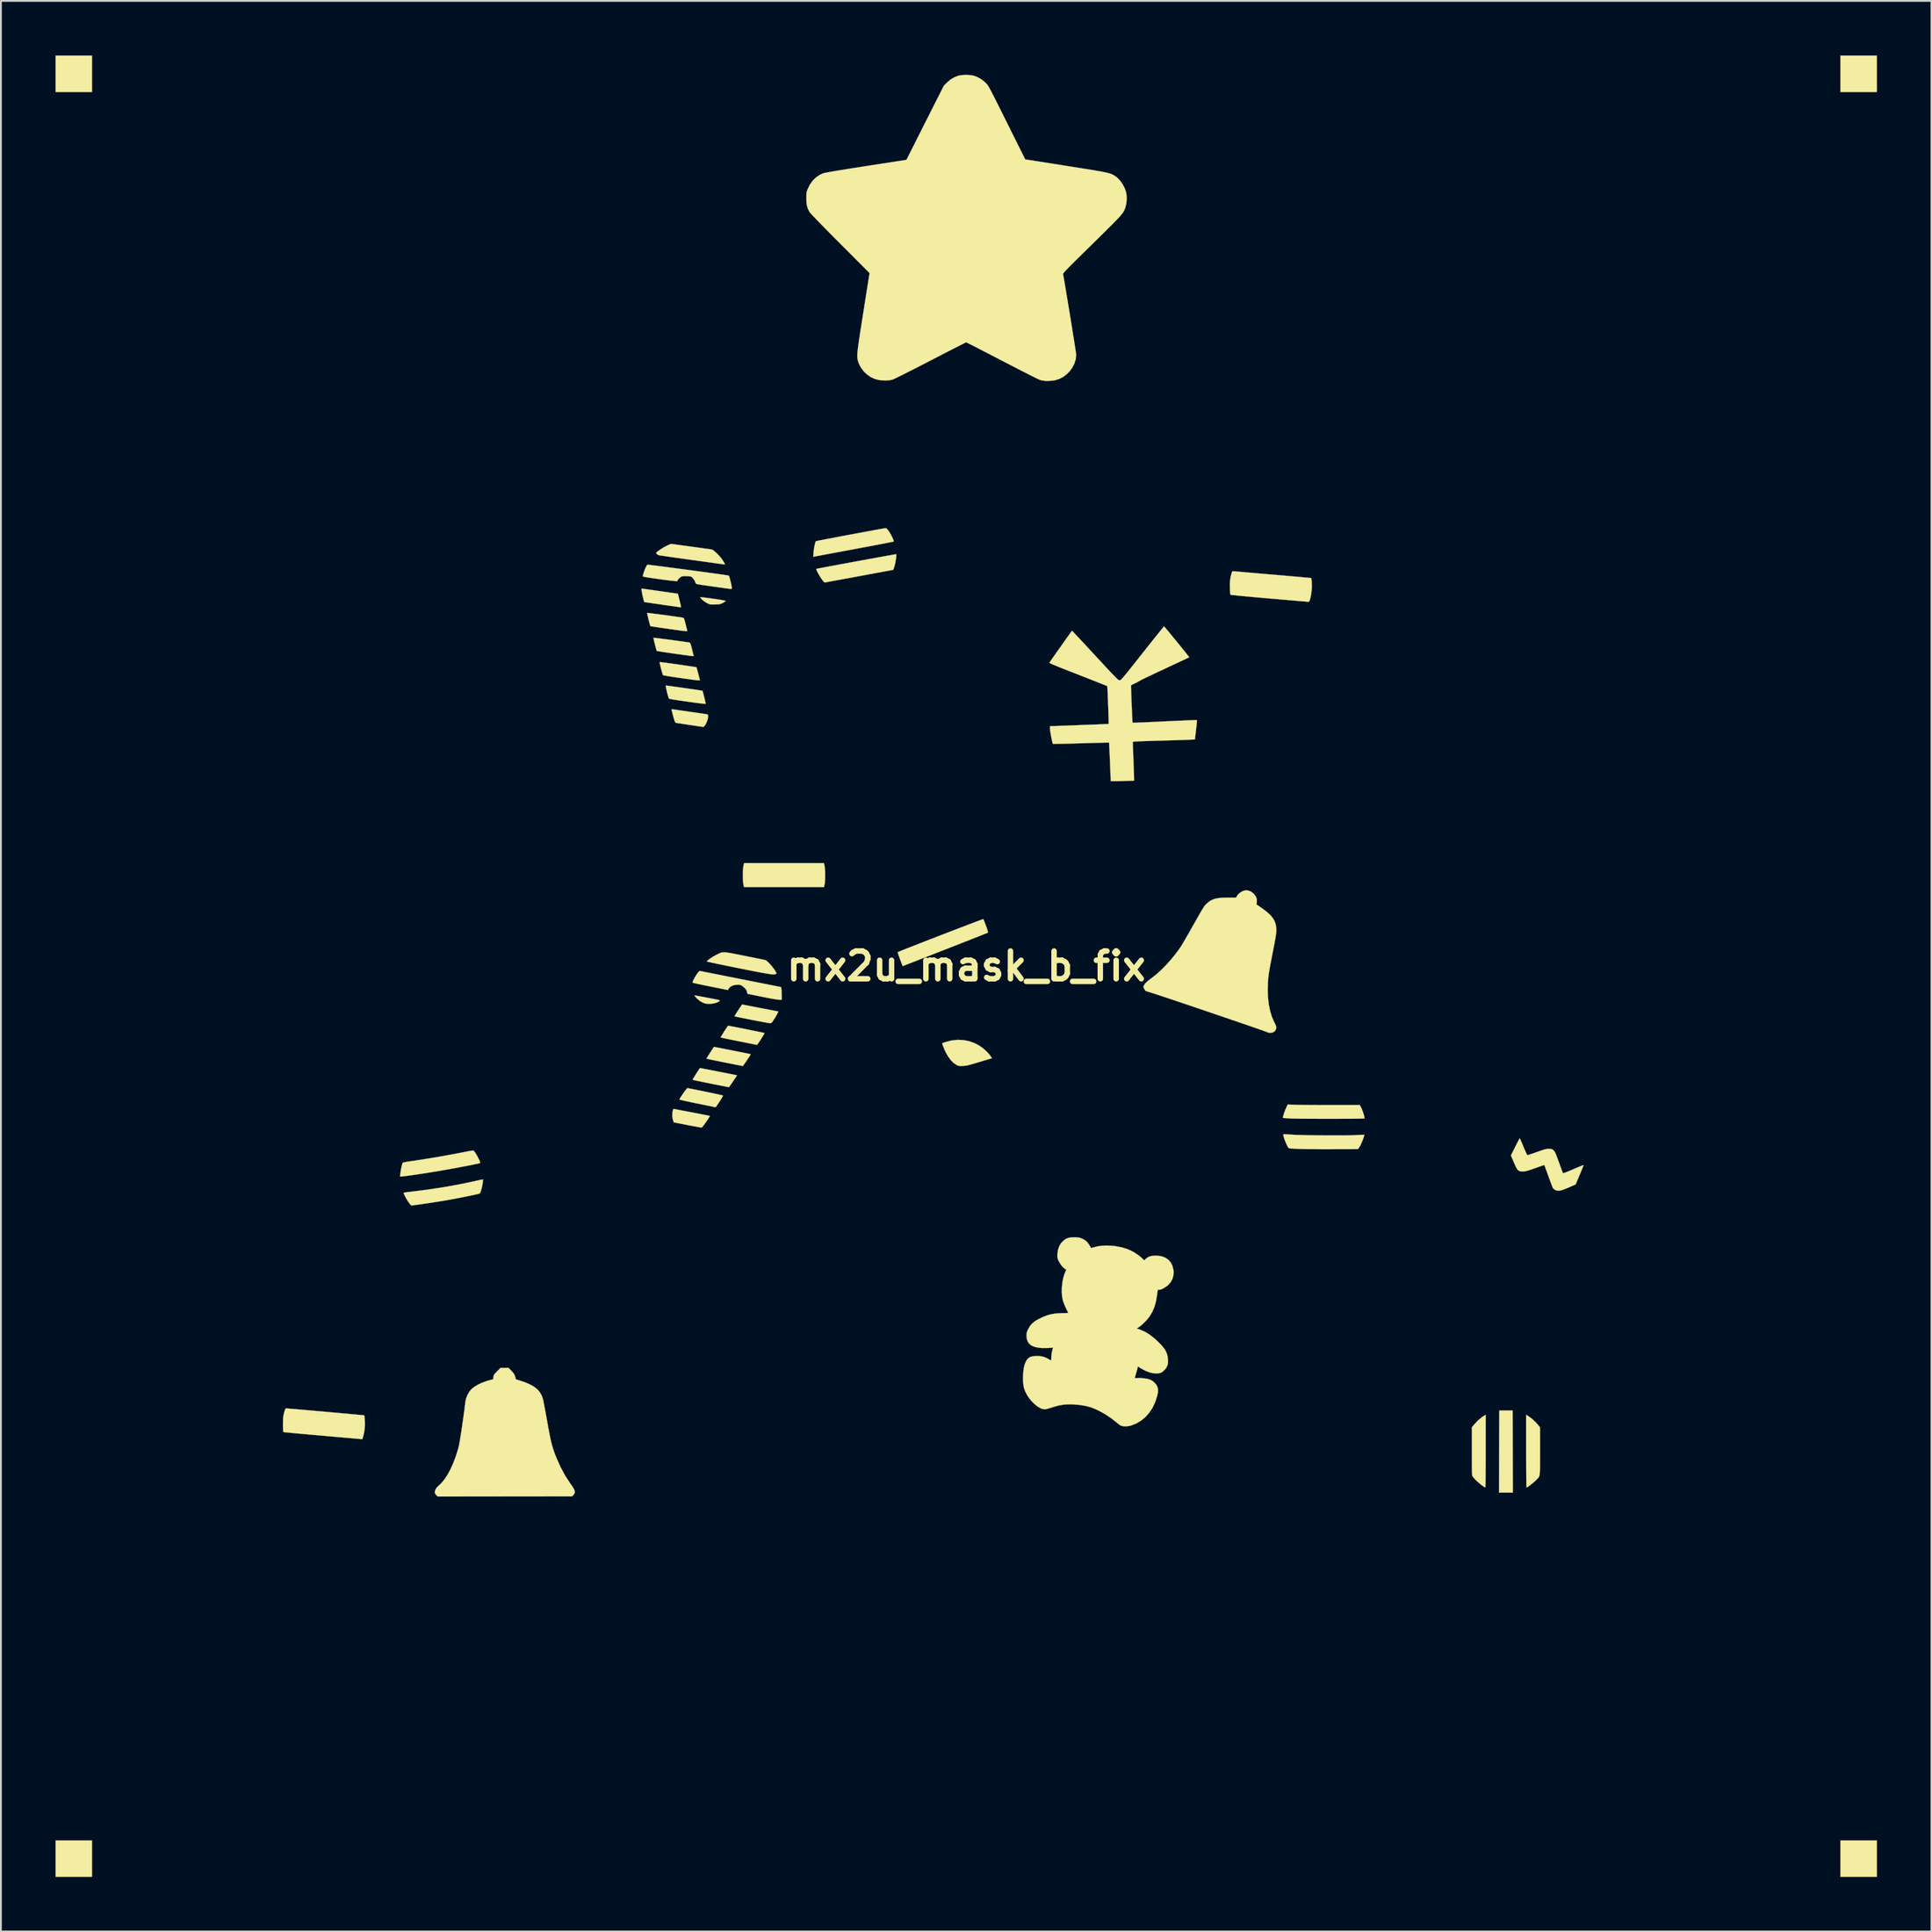
<source format=kicad_pcb>
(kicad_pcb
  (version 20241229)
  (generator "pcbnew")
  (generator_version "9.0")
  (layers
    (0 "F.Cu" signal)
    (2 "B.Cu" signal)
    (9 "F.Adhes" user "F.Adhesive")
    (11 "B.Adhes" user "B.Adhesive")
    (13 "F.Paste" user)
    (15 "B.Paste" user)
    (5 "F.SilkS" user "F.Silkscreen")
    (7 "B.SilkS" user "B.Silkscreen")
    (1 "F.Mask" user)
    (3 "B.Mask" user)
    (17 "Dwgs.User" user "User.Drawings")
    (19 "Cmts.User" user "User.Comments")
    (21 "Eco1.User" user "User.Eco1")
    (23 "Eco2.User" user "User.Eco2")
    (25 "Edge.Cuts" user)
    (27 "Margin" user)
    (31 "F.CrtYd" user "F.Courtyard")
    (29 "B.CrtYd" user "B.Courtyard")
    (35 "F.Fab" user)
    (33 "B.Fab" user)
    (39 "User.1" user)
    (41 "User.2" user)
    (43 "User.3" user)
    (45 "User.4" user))
  (footprint "mx2u_mask_b_fix"
    (layer "F.Cu")
    (at 50.022 50.022)
    (property "Reference" "mx2u_mask_b_fix" (at 0 0 0) (layer "F.SilkS") (effects (font (size 1.524 1.524) (thickness 0.3))))
    (attr through_hole)
    (fp_poly (pts (xy -48.02 -48.02) (xy -50.017 -48.02) (xy -50.017 -50.017) (xy -48.02 -50.017) (xy -48.02 -48.02)) (stroke (width 0.01) (type solid)) (fill yes) (layer "F.SilkS"))
    (fp_poly (pts (xy -48.02 50.017) (xy -50.017 50.017) (xy -50.017 48.02) (xy -48.02 48.02) (xy -48.02 50.017)) (stroke (width 0.01) (type solid)) (fill yes) (layer "F.SilkS"))
    (fp_poly (pts (xy 30.025 28.913) (xy 29.267 28.913) (xy 29.28 24.402) (xy 30.012 24.402) (xy 30.025 28.913)) (stroke (width 0.01) (type solid)) (fill yes) (layer "F.SilkS"))
    (fp_poly (pts (xy 50.017 -48.02) (xy 48.02 -48.02) (xy 48.02 -50.017) (xy 50.017 -50.017) (xy 50.017 -48.02)) (stroke (width 0.01) (type solid)) (fill yes) (layer "F.SilkS"))
    (fp_poly (pts (xy 50.017 50.017) (xy 48.02 50.017) (xy 48.02 48.02) (xy 50.017 48.02) (xy 50.017 50.017)) (stroke (width 0.01) (type solid)) (fill yes) (layer "F.SilkS"))
    (fp_poly (pts (xy -7.781 -5.503) (xy -7.765 -5.396) (xy -7.754 -5.253) (xy -7.748 -5.088) (xy -7.748 -4.916) (xy -7.753 -4.752) (xy -7.763 -4.608) (xy -7.779 -4.499) (xy -7.78 -4.492) (xy -7.813 -4.347) (xy -12.204 -4.347) (xy -12.236 -4.492) (xy -12.252 -4.598) (xy -12.263 -4.74) (xy -12.268 -4.904) (xy -12.268 -5.075) (xy -12.263 -5.241) (xy -12.253 -5.386) (xy -12.237 -5.497) (xy -12.235 -5.503) (xy -12.2 -5.661) (xy -7.816 -5.661) (xy -7.781 -5.503)) (stroke (width 0.01) (type solid)) (fill yes) (layer "F.SilkS"))
    (fp_poly (pts (xy -14.906 1.606) (xy -14.839 1.617) (xy -14.738 1.635) (xy -14.611 1.659) (xy -14.465 1.686) (xy -14.308 1.715) (xy -14.149 1.745) (xy -13.994 1.775) (xy -13.852 1.802) (xy -13.73 1.826) (xy -13.636 1.845) (xy -13.578 1.858) (xy -13.576 1.858) (xy -13.538 1.879) (xy -13.549 1.91) (xy -13.608 1.951) (xy -13.705 1.998) (xy -13.833 2.037) (xy -13.985 2.061) (xy -14.142 2.068) (xy -14.288 2.057) (xy -14.404 2.028) (xy -14.406 2.027) (xy -14.61 1.922) (xy -14.781 1.784) (xy -14.832 1.73) (xy -14.885 1.667) (xy -14.921 1.621) (xy -14.931 1.603) (xy -14.906 1.606)) (stroke (width 0.01) (type solid)) (fill yes) (layer "F.SilkS"))
    (fp_poly (pts (xy -17.81 -20.738) (xy -17.74 -20.73) (xy -17.63 -20.715) (xy -17.487 -20.695) (xy -17.315 -20.671) (xy -17.12 -20.644) (xy -16.906 -20.613) (xy -16.833 -20.603) (xy -15.837 -20.459) (xy -15.744 -20.086) (xy -15.708 -19.942) (xy -15.685 -19.84) (xy -15.673 -19.774) (xy -15.672 -19.735) (xy -15.68 -19.719) (xy -15.692 -19.716) (xy -15.725 -19.72) (xy -15.803 -19.731) (xy -15.919 -19.747) (xy -16.069 -19.769) (xy -16.246 -19.794) (xy -16.445 -19.822) (xy -16.659 -19.853) (xy -16.71 -19.861) (xy -17.687 -20.002) (xy -17.741 -20.208) (xy -17.765 -20.307) (xy -17.789 -20.417) (xy -17.81 -20.527) (xy -17.826 -20.625) (xy -17.836 -20.699) (xy -17.836 -20.738) (xy -17.835 -20.741) (xy -17.81 -20.738)) (stroke (width 0.01) (type solid)) (fill yes) (layer "F.SilkS"))
    (fp_poly (pts (xy -14.517 -20.264) (xy -14.411 -20.252) (xy -14.275 -20.236) (xy -14.114 -20.214) (xy -13.935 -20.19) (xy -13.901 -20.185) (xy -13.682 -20.153) (xy -13.51 -20.127) (xy -13.381 -20.105) (xy -13.291 -20.087) (xy -13.238 -20.072) (xy -13.217 -20.06) (xy -13.218 -20.055) (xy -13.252 -20.027) (xy -13.316 -19.986) (xy -13.376 -19.952) (xy -13.441 -19.919) (xy -13.501 -19.897) (xy -13.569 -19.883) (xy -13.661 -19.875) (xy -13.787 -19.87) (xy -13.909 -19.867) (xy -13.996 -19.867) (xy -14.061 -19.875) (xy -14.12 -19.893) (xy -14.186 -19.922) (xy -14.247 -19.953) (xy -14.34 -20.007) (xy -14.432 -20.073) (xy -14.514 -20.143) (xy -14.575 -20.208) (xy -14.606 -20.259) (xy -14.608 -20.269) (xy -14.584 -20.27) (xy -14.517 -20.264)) (stroke (width 0.01) (type solid)) (fill yes) (layer "F.SilkS"))
    (fp_poly (pts (xy 28.534 26.638) (xy 28.534 26.99) (xy 28.533 27.315) (xy 28.531 27.611) (xy 28.53 27.874) (xy 28.527 28.104) (xy 28.525 28.296) (xy 28.521 28.447) (xy 28.518 28.556) (xy 28.514 28.619) (xy 28.511 28.635) (xy 28.482 28.621) (xy 28.423 28.582) (xy 28.343 28.526) (xy 28.29 28.487) (xy 28.057 28.293) (xy 27.872 28.097) (xy 27.83 28.044) (xy 27.818 28.027) (xy 27.808 28.009) (xy 27.8 27.984) (xy 27.793 27.949) (xy 27.788 27.9) (xy 27.783 27.832) (xy 27.78 27.741) (xy 27.778 27.623) (xy 27.777 27.473) (xy 27.776 27.287) (xy 27.776 27.062) (xy 27.776 26.792) (xy 27.776 26.65) (xy 27.776 25.328) (xy 27.913 25.161) (xy 28.107 24.955) (xy 28.326 24.775) (xy 28.427 24.708) (xy 28.534 24.641) (xy 28.534 26.638)) (stroke (width 0.01) (type solid)) (fill yes) (layer "F.SilkS"))
    (fp_poly (pts (xy -15.282 6.703) (xy -15.204 6.717) (xy -15.091 6.738) (xy -14.949 6.766) (xy -14.784 6.799) (xy -14.604 6.835) (xy -14.415 6.874) (xy -14.224 6.914) (xy -14.036 6.953) (xy -13.859 6.99) (xy -13.699 7.024) (xy -13.563 7.054) (xy -13.457 7.078) (xy -13.387 7.095) (xy -13.361 7.103) (xy -13.367 7.129) (xy -13.398 7.189) (xy -13.448 7.275) (xy -13.514 7.38) (xy -13.551 7.435) (xy -13.761 7.748) (xy -14.76 7.544) (xy -14.977 7.499) (xy -15.177 7.457) (xy -15.356 7.418) (xy -15.508 7.384) (xy -15.628 7.356) (xy -15.711 7.335) (xy -15.751 7.322) (xy -15.754 7.32) (xy -15.737 7.283) (xy -15.697 7.217) (xy -15.641 7.13) (xy -15.575 7.033) (xy -15.506 6.934) (xy -15.439 6.842) (xy -15.381 6.766) (xy -15.339 6.715) (xy -15.319 6.698) (xy -15.282 6.703)) (stroke (width 0.01) (type solid)) (fill yes) (layer "F.SilkS"))
    (fp_poly (pts (xy 30.865 24.708) (xy 31.09 24.871) (xy 31.298 25.068) (xy 31.379 25.161) (xy 31.516 25.328) (xy 31.516 26.65) (xy 31.516 26.944) (xy 31.517 27.193) (xy 31.517 27.4) (xy 31.515 27.57) (xy 31.512 27.707) (xy 31.507 27.817) (xy 31.498 27.903) (xy 31.487 27.969) (xy 31.471 28.022) (xy 31.45 28.064) (xy 31.423 28.101) (xy 31.391 28.137) (xy 31.352 28.177) (xy 31.306 28.224) (xy 31.304 28.228) (xy 31.245 28.284) (xy 31.166 28.353) (xy 31.076 28.428) (xy 30.983 28.501) (xy 30.898 28.564) (xy 30.829 28.611) (xy 30.787 28.634) (xy 30.781 28.635) (xy 30.777 28.61) (xy 30.773 28.538) (xy 30.77 28.42) (xy 30.767 28.26) (xy 30.764 28.06) (xy 30.762 27.824) (xy 30.76 27.553) (xy 30.759 27.251) (xy 30.758 26.921) (xy 30.758 26.638) (xy 30.758 24.641) (xy 30.865 24.708)) (stroke (width 0.01) (type solid)) (fill yes) (layer "F.SilkS"))
    (fp_poly (pts (xy -12.852 4.628) (xy -12.633 4.671) (xy -12.431 4.711) (xy -12.25 4.747) (xy -12.095 4.779) (xy -11.972 4.804) (xy -11.886 4.822) (xy -11.843 4.832) (xy -11.838 4.834) (xy -11.848 4.857) (xy -11.881 4.913) (xy -11.931 4.992) (xy -11.993 5.087) (xy -12.061 5.187) (xy -12.128 5.285) (xy -12.189 5.372) (xy -12.238 5.439) (xy -12.27 5.476) (xy -12.277 5.482) (xy -12.305 5.476) (xy -12.377 5.462) (xy -12.488 5.44) (xy -12.633 5.412) (xy -12.805 5.378) (xy -13 5.339) (xy -13.211 5.297) (xy -13.275 5.284) (xy -13.49 5.241) (xy -13.689 5.201) (xy -13.867 5.164) (xy -14.019 5.133) (xy -14.138 5.107) (xy -14.221 5.089) (xy -14.26 5.079) (xy -14.263 5.078) (xy -14.253 5.055) (xy -14.22 4.996) (xy -14.168 4.911) (xy -14.101 4.806) (xy -14.064 4.749) (xy -13.856 4.43) (xy -12.852 4.628)) (stroke (width 0.01) (type solid)) (fill yes) (layer "F.SilkS"))
    (fp_poly (pts (xy -12.152 2.134) (xy -12.088 2.146) (xy -11.983 2.166) (xy -11.842 2.194) (xy -11.673 2.226) (xy -11.484 2.263) (xy -11.281 2.302) (xy -11.154 2.326) (xy -10.316 2.488) (xy -10.392 2.637) (xy -10.445 2.736) (xy -10.513 2.851) (xy -10.581 2.958) (xy -10.583 2.961) (xy -10.642 3.047) (xy -10.685 3.099) (xy -10.722 3.124) (xy -10.761 3.131) (xy -10.777 3.131) (xy -10.819 3.126) (xy -10.904 3.111) (xy -11.028 3.089) (xy -11.182 3.061) (xy -11.362 3.027) (xy -11.561 2.989) (xy -11.774 2.947) (xy -11.784 2.945) (xy -11.994 2.903) (xy -12.188 2.865) (xy -12.36 2.83) (xy -12.506 2.8) (xy -12.619 2.776) (xy -12.693 2.759) (xy -12.725 2.751) (xy -12.725 2.751) (xy -12.716 2.727) (xy -12.683 2.669) (xy -12.63 2.584) (xy -12.563 2.48) (xy -12.524 2.421) (xy -12.311 2.103) (xy -12.152 2.134)) (stroke (width 0.01) (type solid)) (fill yes) (layer "F.SilkS"))
    (fp_poly (pts (xy -16.027 7.846) (xy -15.988 7.854) (xy -15.905 7.87) (xy -15.784 7.893) (xy -15.631 7.923) (xy -15.452 7.956) (xy -15.254 7.994) (xy -15.041 8.034) (xy -15.028 8.037) (xy -14.818 8.077) (xy -14.623 8.114) (xy -14.451 8.148) (xy -14.305 8.177) (xy -14.191 8.2) (xy -14.116 8.216) (xy -14.085 8.224) (xy -14.084 8.224) (xy -14.092 8.249) (xy -14.124 8.306) (xy -14.175 8.386) (xy -14.238 8.48) (xy -14.307 8.579) (xy -14.377 8.675) (xy -14.44 8.76) (xy -14.492 8.824) (xy -14.525 8.858) (xy -14.532 8.862) (xy -14.566 8.858) (xy -14.643 8.846) (xy -14.756 8.826) (xy -14.9 8.8) (xy -15.067 8.769) (xy -15.251 8.735) (xy -15.316 8.722) (xy -16.061 8.579) (xy -16.105 8.453) (xy -16.144 8.259) (xy -16.138 8.048) (xy -16.122 7.961) (xy -16.104 7.886) (xy -16.086 7.85) (xy -16.059 7.841) (xy -16.027 7.846)) (stroke (width 0.01) (type solid)) (fill yes) (layer "F.SilkS"))
    (fp_poly (pts (xy -0.164 4.057) (xy 0.152 4.117) (xy 0.457 4.225) (xy 0.699 4.351) (xy 0.848 4.452) (xy 1 4.574) (xy 1.142 4.706) (xy 1.26 4.835) (xy 1.308 4.898) (xy 1.415 5.052) (xy 1.207 5.115) (xy 0.939 5.196) (xy 0.715 5.263) (xy 0.529 5.318) (xy 0.378 5.363) (xy 0.255 5.397) (xy 0.156 5.424) (xy 0.077 5.443) (xy 0.011 5.456) (xy -0.045 5.465) (xy -0.096 5.471) (xy -0.147 5.474) (xy -0.19 5.476) (xy -0.305 5.479) (xy -0.386 5.475) (xy -0.447 5.463) (xy -0.502 5.439) (xy -0.518 5.431) (xy -0.687 5.317) (xy -0.842 5.163) (xy -0.987 4.966) (xy -1.11 4.753) (xy -1.163 4.645) (xy -1.214 4.53) (xy -1.26 4.419) (xy -1.294 4.325) (xy -1.312 4.26) (xy -1.314 4.244) (xy -1.292 4.227) (xy -1.234 4.201) (xy -1.156 4.172) (xy -0.82 4.085) (xy -0.489 4.046) (xy -0.164 4.057)) (stroke (width 0.01) (type solid)) (fill yes) (layer "F.SilkS"))
    (fp_poly (pts (xy -14.599 5.599) (xy -14.532 5.611) (xy -14.428 5.631) (xy -14.294 5.657) (xy -14.136 5.687) (xy -13.96 5.721) (xy -13.774 5.757) (xy -13.584 5.795) (xy -13.395 5.832) (xy -13.215 5.867) (xy -13.05 5.9) (xy -12.907 5.928) (xy -12.791 5.951) (xy -12.72 5.966) (xy -12.588 5.993) (xy -12.806 6.32) (xy -12.882 6.432) (xy -12.948 6.527) (xy -12.999 6.598) (xy -13.031 6.638) (xy -13.039 6.644) (xy -13.066 6.639) (xy -13.138 6.625) (xy -13.248 6.603) (xy -13.392 6.574) (xy -13.563 6.54) (xy -13.758 6.502) (xy -13.969 6.46) (xy -14.033 6.447) (xy -14.248 6.404) (xy -14.448 6.363) (xy -14.627 6.326) (xy -14.779 6.294) (xy -14.9 6.268) (xy -14.983 6.249) (xy -15.024 6.238) (xy -15.027 6.237) (xy -15.017 6.213) (xy -14.986 6.157) (xy -14.937 6.076) (xy -14.878 5.979) (xy -14.812 5.876) (xy -14.747 5.775) (xy -14.687 5.684) (xy -14.638 5.614) (xy -14.623 5.595) (xy -14.599 5.599)) (stroke (width 0.01) (type solid)) (fill yes) (layer "F.SilkS"))
    (fp_poly (pts (xy -17.149 -18.038) (xy -17.079 -18.031) (xy -16.973 -18.019) (xy -16.835 -18.002) (xy -16.674 -17.981) (xy -16.496 -17.958) (xy -16.307 -17.934) (xy -16.114 -17.908) (xy -15.923 -17.882) (xy -15.741 -17.857) (xy -15.574 -17.834) (xy -15.43 -17.813) (xy -15.314 -17.796) (xy -15.234 -17.783) (xy -15.201 -17.776) (xy -15.179 -17.765) (xy -15.158 -17.736) (xy -15.136 -17.683) (xy -15.11 -17.598) (xy -15.078 -17.474) (xy -15.059 -17.399) (xy -14.969 -17.034) (xy -15.047 -17.037) (xy -15.09 -17.042) (xy -15.176 -17.052) (xy -15.301 -17.068) (xy -15.456 -17.09) (xy -15.638 -17.114) (xy -15.838 -17.143) (xy -16.052 -17.173) (xy -16.056 -17.174) (xy -16.267 -17.204) (xy -16.461 -17.232) (xy -16.634 -17.258) (xy -16.779 -17.28) (xy -16.892 -17.298) (xy -16.965 -17.31) (xy -16.995 -17.316) (xy -16.996 -17.316) (xy -17.008 -17.345) (xy -17.028 -17.412) (xy -17.053 -17.506) (xy -17.082 -17.616) (xy -17.111 -17.732) (xy -17.138 -17.843) (xy -17.159 -17.938) (xy -17.173 -18.006) (xy -17.176 -18.038) (xy -17.176 -18.039) (xy -17.149 -18.038)) (stroke (width 0.01) (type solid)) (fill yes) (layer "F.SilkS"))
    (fp_poly (pts (xy -16.141 -14.116) (xy -16.104 -14.11) (xy -16.023 -14.097) (xy -15.904 -14.08) (xy -15.753 -14.057) (xy -15.577 -14.032) (xy -15.38 -14.004) (xy -15.189 -13.976) (xy -14.98 -13.946) (xy -14.785 -13.918) (xy -14.61 -13.893) (xy -14.462 -13.871) (xy -14.345 -13.854) (xy -14.268 -13.842) (xy -14.235 -13.836) (xy -14.2 -13.821) (xy -14.183 -13.786) (xy -14.179 -13.716) (xy -14.179 -13.711) (xy -14.189 -13.614) (xy -14.218 -13.505) (xy -14.261 -13.395) (xy -14.311 -13.293) (xy -14.364 -13.21) (xy -14.415 -13.158) (xy -14.451 -13.145) (xy -14.486 -13.149) (xy -14.565 -13.16) (xy -14.68 -13.177) (xy -14.825 -13.198) (xy -14.993 -13.223) (xy -15.177 -13.251) (xy -15.215 -13.257) (xy -15.4 -13.285) (xy -15.569 -13.311) (xy -15.714 -13.333) (xy -15.831 -13.35) (xy -15.912 -13.362) (xy -15.951 -13.368) (xy -15.954 -13.368) (xy -15.979 -13.394) (xy -16.012 -13.467) (xy -16.051 -13.583) (xy -16.096 -13.74) (xy -16.123 -13.842) (xy -16.153 -13.964) (xy -16.172 -14.045) (xy -16.179 -14.092) (xy -16.175 -14.114) (xy -16.161 -14.119) (xy -16.141 -14.116)) (stroke (width 0.01) (type solid)) (fill yes) (layer "F.SilkS"))
    (fp_poly (pts (xy -13.057 3.272) (xy -12.989 3.285) (xy -12.884 3.304) (xy -12.749 3.33) (xy -12.589 3.361) (xy -12.413 3.396) (xy -12.225 3.433) (xy -12.032 3.472) (xy -11.841 3.511) (xy -11.658 3.548) (xy -11.49 3.582) (xy -11.342 3.613) (xy -11.221 3.638) (xy -11.134 3.657) (xy -11.087 3.669) (xy -11.081 3.671) (xy -11.089 3.696) (xy -11.119 3.753) (xy -11.167 3.834) (xy -11.226 3.93) (xy -11.291 4.032) (xy -11.355 4.13) (xy -11.414 4.216) (xy -11.461 4.281) (xy -11.49 4.316) (xy -11.496 4.319) (xy -11.523 4.314) (xy -11.595 4.3) (xy -11.706 4.278) (xy -11.85 4.249) (xy -12.021 4.215) (xy -12.216 4.176) (xy -12.428 4.134) (xy -12.491 4.122) (xy -12.707 4.078) (xy -12.907 4.038) (xy -13.085 4.001) (xy -13.238 3.969) (xy -13.358 3.943) (xy -13.441 3.924) (xy -13.482 3.913) (xy -13.485 3.912) (xy -13.476 3.888) (xy -13.444 3.831) (xy -13.396 3.75) (xy -13.336 3.653) (xy -13.27 3.549) (xy -13.204 3.447) (xy -13.143 3.356) (xy -13.092 3.284) (xy -13.082 3.269) (xy -13.057 3.272)) (stroke (width 0.01) (type solid)) (fill yes) (layer "F.SilkS"))
    (fp_poly (pts (xy -16.459 -15.413) (xy -16.381 -15.403) (xy -16.267 -15.388) (xy -16.124 -15.369) (xy -15.959 -15.346) (xy -15.777 -15.32) (xy -15.586 -15.293) (xy -15.391 -15.265) (xy -15.2 -15.237) (xy -15.019 -15.211) (xy -14.854 -15.187) (xy -14.712 -15.165) (xy -14.6 -15.148) (xy -14.524 -15.136) (xy -14.489 -15.129) (xy -14.488 -15.129) (xy -14.477 -15.1) (xy -14.458 -15.034) (xy -14.433 -14.94) (xy -14.405 -14.829) (xy -14.376 -14.713) (xy -14.349 -14.603) (xy -14.328 -14.508) (xy -14.314 -14.439) (xy -14.31 -14.409) (xy -14.31 -14.409) (xy -14.336 -14.408) (xy -14.406 -14.415) (xy -14.516 -14.427) (xy -14.66 -14.445) (xy -14.832 -14.467) (xy -15.027 -14.493) (xy -15.24 -14.522) (xy -15.308 -14.532) (xy -15.527 -14.563) (xy -15.73 -14.593) (xy -15.912 -14.621) (xy -16.067 -14.646) (xy -16.19 -14.667) (xy -16.276 -14.684) (xy -16.319 -14.695) (xy -16.323 -14.697) (xy -16.341 -14.733) (xy -16.365 -14.804) (xy -16.392 -14.899) (xy -16.421 -15.009) (xy -16.449 -15.124) (xy -16.472 -15.232) (xy -16.49 -15.323) (xy -16.499 -15.388) (xy -16.496 -15.416) (xy -16.495 -15.417) (xy -16.459 -15.413)) (stroke (width 0.01) (type solid)) (fill yes) (layer "F.SilkS"))
    (fp_poly (pts (xy -15.114 -23.047) (xy -14.882 -23.016) (xy -14.665 -22.986) (xy -14.467 -22.958) (xy -14.294 -22.934) (xy -14.151 -22.914) (xy -14.045 -22.899) (xy -13.979 -22.889) (xy -13.961 -22.886) (xy -13.911 -22.86) (xy -13.837 -22.803) (xy -13.748 -22.725) (xy -13.653 -22.633) (xy -13.561 -22.536) (xy -13.48 -22.442) (xy -13.435 -22.383) (xy -13.363 -22.277) (xy -13.307 -22.186) (xy -13.27 -22.116) (xy -13.256 -22.074) (xy -13.262 -22.066) (xy -13.289 -22.07) (xy -13.363 -22.08) (xy -13.479 -22.096) (xy -13.632 -22.117) (xy -13.82 -22.143) (xy -14.038 -22.173) (xy -14.281 -22.207) (xy -14.546 -22.244) (xy -14.829 -22.283) (xy -15.063 -22.315) (xy -15.359 -22.356) (xy -15.64 -22.396) (xy -15.904 -22.433) (xy -16.145 -22.467) (xy -16.361 -22.498) (xy -16.546 -22.525) (xy -16.696 -22.547) (xy -16.808 -22.564) (xy -16.877 -22.575) (xy -16.898 -22.579) (xy -16.956 -22.611) (xy -16.999 -22.648) (xy -17.028 -22.684) (xy -17.027 -22.711) (xy -16.993 -22.745) (xy -16.971 -22.764) (xy -16.844 -22.86) (xy -16.691 -22.959) (xy -16.534 -23.051) (xy -16.392 -23.121) (xy -16.384 -23.124) (xy -16.213 -23.197) (xy -15.114 -23.047)) (stroke (width 0.01) (type solid)) (fill yes) (layer "F.SilkS"))
    (fp_poly (pts (xy -16.772 -16.702) (xy -16.691 -16.692) (xy -16.575 -16.677) (xy -16.43 -16.658) (xy -16.263 -16.635) (xy -16.081 -16.609) (xy -15.89 -16.582) (xy -15.696 -16.554) (xy -15.506 -16.526) (xy -15.327 -16.5) (xy -15.165 -16.476) (xy -15.026 -16.455) (xy -14.918 -16.438) (xy -14.847 -16.426) (xy -14.819 -16.42) (xy -14.819 -16.42) (xy -14.809 -16.393) (xy -14.79 -16.327) (xy -14.764 -16.235) (xy -14.735 -16.126) (xy -14.705 -16.011) (xy -14.677 -15.901) (xy -14.654 -15.808) (xy -14.639 -15.741) (xy -14.634 -15.714) (xy -14.639 -15.706) (xy -14.655 -15.701) (xy -14.689 -15.7) (xy -14.743 -15.703) (xy -14.823 -15.711) (xy -14.931 -15.724) (xy -15.073 -15.742) (xy -15.253 -15.767) (xy -15.475 -15.798) (xy -15.714 -15.832) (xy -15.924 -15.863) (xy -16.118 -15.892) (xy -16.29 -15.919) (xy -16.436 -15.943) (xy -16.548 -15.963) (xy -16.622 -15.978) (xy -16.652 -15.987) (xy -16.652 -15.987) (xy -16.666 -16.019) (xy -16.689 -16.091) (xy -16.719 -16.192) (xy -16.752 -16.314) (xy -16.764 -16.358) (xy -16.799 -16.496) (xy -16.821 -16.592) (xy -16.832 -16.654) (xy -16.832 -16.689) (xy -16.823 -16.703) (xy -16.811 -16.706) (xy -16.772 -16.702)) (stroke (width 0.01) (type solid)) (fill yes) (layer "F.SilkS"))
    (fp_poly (pts (xy 17.986 7.611) (xy 18.069 7.614) (xy 18.197 7.617) (xy 18.364 7.62) (xy 18.567 7.622) (xy 18.798 7.624) (xy 19.053 7.625) (xy 19.327 7.627) (xy 19.613 7.628) (xy 19.908 7.628) (xy 19.966 7.628) (xy 21.622 7.628) (xy 21.703 7.788) (xy 21.743 7.878) (xy 21.783 7.983) (xy 21.82 8.094) (xy 21.851 8.198) (xy 21.871 8.285) (xy 21.878 8.344) (xy 21.874 8.362) (xy 21.846 8.365) (xy 21.772 8.368) (xy 21.656 8.371) (xy 21.504 8.374) (xy 21.32 8.376) (xy 21.108 8.378) (xy 20.874 8.379) (xy 20.621 8.38) (xy 20.355 8.381) (xy 20.08 8.381) (xy 19.8 8.381) (xy 19.521 8.381) (xy 19.246 8.38) (xy 18.982 8.379) (xy 18.731 8.377) (xy 18.499 8.376) (xy 18.29 8.373) (xy 18.11 8.371) (xy 17.962 8.368) (xy 17.851 8.364) (xy 17.807 8.362) (xy 17.67 8.354) (xy 17.552 8.346) (xy 17.462 8.34) (xy 17.408 8.334) (xy 17.397 8.332) (xy 17.397 8.302) (xy 17.412 8.236) (xy 17.438 8.145) (xy 17.472 8.041) (xy 17.51 7.934) (xy 17.549 7.836) (xy 17.577 7.772) (xy 17.662 7.595) (xy 17.986 7.611)) (stroke (width 0.01) (type solid)) (fill yes) (layer "F.SilkS"))
    (fp_poly (pts (xy -17.501 -19.405) (xy -17.431 -19.398) (xy -17.325 -19.385) (xy -17.188 -19.368) (xy -17.027 -19.347) (xy -16.849 -19.324) (xy -16.66 -19.299) (xy -16.467 -19.273) (xy -16.276 -19.246) (xy -16.095 -19.221) (xy -15.928 -19.198) (xy -15.784 -19.177) (xy -15.668 -19.16) (xy -15.587 -19.147) (xy -15.552 -19.14) (xy -15.528 -19.129) (xy -15.507 -19.101) (xy -15.485 -19.049) (xy -15.459 -18.965) (xy -15.427 -18.841) (xy -15.418 -18.808) (xy -15.388 -18.684) (xy -15.36 -18.575) (xy -15.339 -18.492) (xy -15.327 -18.446) (xy -15.326 -18.443) (xy -15.322 -18.429) (xy -15.325 -18.417) (xy -15.339 -18.409) (xy -15.367 -18.406) (xy -15.415 -18.407) (xy -15.486 -18.413) (xy -15.584 -18.424) (xy -15.714 -18.44) (xy -15.88 -18.463) (xy -16.087 -18.492) (xy -16.339 -18.528) (xy -16.41 -18.538) (xy -16.621 -18.569) (xy -16.815 -18.597) (xy -16.988 -18.623) (xy -17.133 -18.645) (xy -17.245 -18.662) (xy -17.318 -18.674) (xy -17.348 -18.681) (xy -17.348 -18.681) (xy -17.359 -18.71) (xy -17.378 -18.777) (xy -17.403 -18.871) (xy -17.432 -18.981) (xy -17.46 -19.097) (xy -17.487 -19.208) (xy -17.508 -19.303) (xy -17.523 -19.372) (xy -17.527 -19.405) (xy -17.527 -19.406) (xy -17.501 -19.405)) (stroke (width 0.01) (type solid)) (fill yes) (layer "F.SilkS"))
    (fp_poly (pts (xy -3.838 -22.596) (xy -3.841 -22.525) (xy -3.852 -22.427) (xy -3.869 -22.313) (xy -3.889 -22.194) (xy -3.912 -22.082) (xy -3.935 -21.988) (xy -3.946 -21.951) (xy -4.006 -21.774) (xy -5.876 -21.427) (xy -6.177 -21.371) (xy -6.463 -21.318) (xy -6.732 -21.268) (xy -6.978 -21.223) (xy -7.198 -21.183) (xy -7.388 -21.148) (xy -7.545 -21.119) (xy -7.664 -21.098) (xy -7.741 -21.084) (xy -7.772 -21.079) (xy -7.773 -21.079) (xy -7.8 -21.097) (xy -7.847 -21.147) (xy -7.906 -21.218) (xy -7.92 -21.236) (xy -7.971 -21.309) (xy -8.029 -21.401) (xy -8.089 -21.503) (xy -8.145 -21.604) (xy -8.192 -21.696) (xy -8.225 -21.769) (xy -8.239 -21.813) (xy -8.237 -21.821) (xy -8.21 -21.827) (xy -8.139 -21.842) (xy -8.026 -21.864) (xy -7.876 -21.893) (xy -7.695 -21.927) (xy -7.485 -21.967) (xy -7.252 -22.01) (xy -6.999 -22.058) (xy -6.732 -22.107) (xy -6.454 -22.159) (xy -6.17 -22.211) (xy -5.883 -22.264) (xy -5.599 -22.316) (xy -5.322 -22.367) (xy -5.056 -22.415) (xy -4.805 -22.461) (xy -4.574 -22.503) (xy -4.367 -22.54) (xy -4.188 -22.572) (xy -4.042 -22.597) (xy -3.933 -22.616) (xy -3.865 -22.627) (xy -3.843 -22.629) (xy -3.838 -22.596)) (stroke (width 0.01) (type solid)) (fill yes) (layer "F.SilkS"))
    (fp_poly (pts (xy -27.054 10.136) (xy -27.051 10.138) (xy -27.01 10.185) (xy -26.957 10.261) (xy -26.899 10.357) (xy -26.84 10.463) (xy -26.785 10.57) (xy -26.74 10.668) (xy -26.709 10.747) (xy -26.697 10.799) (xy -26.7 10.811) (xy -26.729 10.821) (xy -26.804 10.839) (xy -26.916 10.864) (xy -27.062 10.894) (xy -27.236 10.929) (xy -27.433 10.967) (xy -27.646 11.008) (xy -27.87 11.051) (xy -28.1 11.094) (xy -28.331 11.136) (xy -28.557 11.177) (xy -28.771 11.214) (xy -28.97 11.249) (xy -29.027 11.258) (xy -29.279 11.299) (xy -29.535 11.34) (xy -29.788 11.38) (xy -30.032 11.417) (xy -30.263 11.452) (xy -30.474 11.482) (xy -30.659 11.508) (xy -30.814 11.528) (xy -30.932 11.542) (xy -31.008 11.549) (xy -31.025 11.55) (xy -31.094 11.55) (xy -31.076 11.361) (xy -31.063 11.254) (xy -31.042 11.135) (xy -31.017 11.017) (xy -30.991 10.912) (xy -30.965 10.833) (xy -30.944 10.791) (xy -30.943 10.791) (xy -30.912 10.78) (xy -30.84 10.765) (xy -30.736 10.746) (xy -30.61 10.726) (xy -30.543 10.717) (xy -30.028 10.64) (xy -29.486 10.554) (xy -28.934 10.461) (xy -28.389 10.364) (xy -27.866 10.266) (xy -27.525 10.199) (xy -27.355 10.165) (xy -27.229 10.143) (xy -27.14 10.131) (xy -27.083 10.129) (xy -27.054 10.136)) (stroke (width 0.01) (type solid)) (fill yes) (layer "F.SilkS"))
    (fp_poly (pts (xy 17.522 9.231) (xy 17.625 9.235) (xy 17.751 9.244) (xy 17.824 9.25) (xy 17.951 9.258) (xy 18.122 9.265) (xy 18.33 9.272) (xy 18.57 9.278) (xy 18.833 9.284) (xy 19.115 9.288) (xy 19.408 9.292) (xy 19.706 9.294) (xy 20.001 9.296) (xy 20.289 9.296) (xy 20.561 9.296) (xy 20.813 9.294) (xy 21.036 9.291) (xy 21.224 9.286) (xy 21.372 9.28) (xy 21.405 9.278) (xy 21.549 9.27) (xy 21.674 9.264) (xy 21.773 9.26) (xy 21.836 9.26) (xy 21.856 9.261) (xy 21.859 9.296) (xy 21.842 9.365) (xy 21.812 9.46) (xy 21.77 9.57) (xy 21.722 9.685) (xy 21.671 9.796) (xy 21.622 9.893) (xy 21.578 9.965) (xy 21.564 9.983) (xy 21.512 10.046) (xy 20.013 10.05) (xy 19.728 10.05) (xy 19.448 10.05) (xy 19.179 10.048) (xy 18.925 10.046) (xy 18.694 10.044) (xy 18.492 10.041) (xy 18.324 10.037) (xy 18.196 10.033) (xy 18.134 10.03) (xy 17.999 10.021) (xy 17.881 10.013) (xy 17.79 10.005) (xy 17.735 9.998) (xy 17.724 9.996) (xy 17.694 9.966) (xy 17.653 9.899) (xy 17.607 9.806) (xy 17.558 9.695) (xy 17.51 9.578) (xy 17.469 9.464) (xy 17.437 9.362) (xy 17.419 9.284) (xy 17.419 9.239) (xy 17.422 9.234) (xy 17.451 9.23) (xy 17.522 9.231)) (stroke (width 0.01) (type solid)) (fill yes) (layer "F.SilkS"))
    (fp_poly (pts (xy -26.543 11.713) (xy -26.542 11.74) (xy -26.548 11.805) (xy -26.558 11.896) (xy -26.563 11.929) (xy -26.585 12.064) (xy -26.615 12.197) (xy -26.648 12.317) (xy -26.681 12.411) (xy -26.712 12.47) (xy -26.721 12.48) (xy -26.755 12.493) (xy -26.833 12.514) (xy -26.95 12.541) (xy -27.099 12.574) (xy -27.274 12.611) (xy -27.47 12.651) (xy -27.681 12.693) (xy -27.902 12.736) (xy -28.126 12.779) (xy -28.347 12.82) (xy -28.561 12.858) (xy -28.736 12.888) (xy -28.877 12.911) (xy -29.043 12.938) (xy -29.226 12.966) (xy -29.419 12.995) (xy -29.615 13.025) (xy -29.807 13.053) (xy -29.988 13.079) (xy -30.151 13.102) (xy -30.289 13.12) (xy -30.394 13.134) (xy -30.461 13.141) (xy -30.477 13.142) (xy -30.501 13.123) (xy -30.545 13.073) (xy -30.601 13.002) (xy -30.612 12.986) (xy -30.668 12.906) (xy -30.727 12.809) (xy -30.785 12.708) (xy -30.836 12.61) (xy -30.876 12.527) (xy -30.899 12.468) (xy -30.901 12.443) (xy -30.873 12.437) (xy -30.803 12.426) (xy -30.698 12.412) (xy -30.565 12.395) (xy -30.412 12.377) (xy -30.362 12.371) (xy -29.69 12.287) (xy -29 12.185) (xy -28.306 12.069) (xy -27.627 11.94) (xy -26.979 11.802) (xy -26.867 11.776) (xy -26.748 11.75) (xy -26.648 11.729) (xy -26.577 11.716) (xy -26.544 11.712) (xy -26.543 11.713)) (stroke (width 0.01) (type solid)) (fill yes) (layer "F.SilkS"))
    (fp_poly (pts (xy -13.214 -0.759) (xy -13.107 -0.746) (xy -12.975 -0.725) (xy -12.813 -0.695) (xy -12.615 -0.657) (xy -12.377 -0.609) (xy -12.182 -0.57) (xy -11.952 -0.524) (xy -11.736 -0.481) (xy -11.54 -0.441) (xy -11.368 -0.407) (xy -11.227 -0.378) (xy -11.121 -0.356) (xy -11.055 -0.342) (xy -11.037 -0.337) (xy -10.978 -0.305) (xy -10.899 -0.238) (xy -10.807 -0.148) (xy -10.711 -0.041) (xy -10.618 0.073) (xy -10.536 0.184) (xy -10.473 0.286) (xy -10.462 0.305) (xy -10.433 0.366) (xy -10.426 0.399) (xy -10.442 0.418) (xy -10.462 0.429) (xy -10.49 0.44) (xy -10.529 0.447) (xy -10.582 0.449) (xy -10.651 0.446) (xy -10.741 0.437) (xy -10.854 0.421) (xy -10.994 0.399) (xy -11.165 0.369) (xy -11.368 0.331) (xy -11.609 0.285) (xy -11.89 0.23) (xy -12.214 0.165) (xy -12.515 0.105) (xy -12.802 0.047) (xy -13.074 -0.009) (xy -13.327 -0.061) (xy -13.558 -0.108) (xy -13.762 -0.151) (xy -13.936 -0.188) (xy -14.074 -0.218) (xy -14.174 -0.24) (xy -14.23 -0.253) (xy -14.242 -0.257) (xy -14.233 -0.281) (xy -14.189 -0.324) (xy -14.117 -0.38) (xy -14.026 -0.445) (xy -13.924 -0.511) (xy -13.819 -0.574) (xy -13.719 -0.627) (xy -13.711 -0.631) (xy -13.63 -0.671) (xy -13.561 -0.704) (xy -13.499 -0.73) (xy -13.439 -0.749) (xy -13.375 -0.76) (xy -13.302 -0.764) (xy -13.214 -0.759)) (stroke (width 0.01) (type solid)) (fill yes) (layer "F.SilkS"))
    (fp_poly (pts (xy -4.378 -24.04) (xy -4.313 -23.977) (xy -4.273 -23.926) (xy -4.219 -23.848) (xy -4.162 -23.751) (xy -4.106 -23.645) (xy -4.054 -23.541) (xy -4.014 -23.447) (xy -3.988 -23.375) (xy -3.982 -23.333) (xy -3.984 -23.328) (xy -4.012 -23.321) (xy -4.086 -23.305) (xy -4.202 -23.281) (xy -4.356 -23.251) (xy -4.546 -23.213) (xy -4.768 -23.171) (xy -5.017 -23.123) (xy -5.291 -23.071) (xy -5.585 -23.016) (xy -5.896 -22.958) (xy -6.141 -22.912) (xy -6.464 -22.852) (xy -6.774 -22.794) (xy -7.066 -22.74) (xy -7.337 -22.689) (xy -7.584 -22.643) (xy -7.802 -22.602) (xy -7.988 -22.567) (xy -8.139 -22.539) (xy -8.25 -22.518) (xy -8.318 -22.505) (xy -8.338 -22.5) (xy -8.399 -22.486) (xy -8.382 -22.736) (xy -8.371 -22.852) (xy -8.353 -22.977) (xy -8.33 -23.101) (xy -8.306 -23.21) (xy -8.281 -23.294) (xy -8.26 -23.341) (xy -8.258 -23.343) (xy -8.231 -23.35) (xy -8.16 -23.365) (xy -8.048 -23.387) (xy -7.9 -23.416) (xy -7.722 -23.451) (xy -7.516 -23.49) (xy -7.289 -23.533) (xy -7.045 -23.579) (xy -6.789 -23.628) (xy -6.524 -23.678) (xy -6.257 -23.728) (xy -5.991 -23.778) (xy -5.731 -23.826) (xy -5.482 -23.872) (xy -5.249 -23.915) (xy -5.035 -23.954) (xy -4.847 -23.988) (xy -4.687 -24.017) (xy -4.562 -24.039) (xy -4.476 -24.054) (xy -4.433 -24.06) (xy -4.43 -24.06) (xy -4.378 -24.04)) (stroke (width 0.01) (type solid)) (fill yes) (layer "F.SilkS"))
    (fp_poly (pts (xy -14.635 0.259) (xy -14.605 0.266) (xy -14.529 0.281) (xy -14.41 0.305) (xy -14.253 0.336) (xy -14.06 0.375) (xy -13.836 0.419) (xy -13.584 0.469) (xy -13.308 0.524) (xy -13.01 0.583) (xy -12.695 0.646) (xy -12.381 0.708) (xy -10.166 1.147) (xy -10.15 1.259) (xy -10.143 1.337) (xy -10.138 1.445) (xy -10.135 1.566) (xy -10.135 1.608) (xy -10.135 1.845) (xy -10.28 1.842) (xy -10.341 1.837) (xy -10.444 1.822) (xy -10.581 1.799) (xy -10.746 1.77) (xy -10.931 1.735) (xy -11.127 1.696) (xy -11.209 1.679) (xy -11.401 1.64) (xy -11.577 1.604) (xy -11.731 1.573) (xy -11.857 1.547) (xy -11.948 1.529) (xy -11.999 1.519) (xy -12.008 1.518) (xy -12.021 1.494) (xy -12.036 1.438) (xy -12.041 1.409) (xy -12.058 1.342) (xy -12.093 1.281) (xy -12.154 1.211) (xy -12.197 1.17) (xy -12.3 1.083) (xy -12.395 1.033) (xy -12.499 1.013) (xy -12.63 1.018) (xy -12.654 1.021) (xy -12.807 1.055) (xy -12.935 1.115) (xy -13.025 1.197) (xy -13.043 1.223) (xy -13.092 1.307) (xy -14.05 1.115) (xy -14.264 1.071) (xy -14.461 1.031) (xy -14.638 0.994) (xy -14.788 0.962) (xy -14.905 0.936) (xy -14.986 0.918) (xy -15.023 0.907) (xy -15.025 0.906) (xy -15.026 0.872) (xy -15.003 0.806) (xy -14.962 0.718) (xy -14.907 0.618) (xy -14.846 0.515) (xy -14.782 0.418) (xy -14.723 0.337) (xy -14.673 0.281) (xy -14.639 0.259) (xy -14.635 0.259)) (stroke (width 0.01) (type solid)) (fill yes) (layer "F.SilkS"))
    (fp_poly (pts (xy 0.956 -2.549) (xy 0.987 -2.478) (xy 1.025 -2.382) (xy 1.066 -2.271) (xy 1.107 -2.156) (xy 1.145 -2.046) (xy 1.174 -1.951) (xy 1.193 -1.882) (xy 1.198 -1.848) (xy 1.197 -1.847) (xy 1.171 -1.835) (xy 1.101 -1.807) (xy 0.991 -1.762) (xy 0.843 -1.703) (xy 0.662 -1.631) (xy 0.451 -1.548) (xy 0.213 -1.454) (xy -0.049 -1.351) (xy -0.331 -1.24) (xy -0.63 -1.123) (xy -0.942 -1.002) (xy -0.948 -0.999) (xy -1.265 -0.875) (xy -1.573 -0.755) (xy -1.867 -0.64) (xy -2.144 -0.532) (xy -2.4 -0.432) (xy -2.631 -0.341) (xy -2.834 -0.262) (xy -3.004 -0.195) (xy -3.138 -0.143) (xy -3.232 -0.106) (xy -3.28 -0.087) (xy -3.49 -0.003) (xy -3.511 -0.058) (xy -3.527 -0.102) (xy -3.558 -0.182) (xy -3.598 -0.288) (xy -3.644 -0.41) (xy -3.653 -0.436) (xy -3.697 -0.554) (xy -3.732 -0.654) (xy -3.755 -0.728) (xy -3.764 -0.765) (xy -3.764 -0.768) (xy -3.737 -0.782) (xy -3.666 -0.811) (xy -3.557 -0.856) (xy -3.412 -0.914) (xy -3.236 -0.984) (xy -3.032 -1.064) (xy -2.805 -1.153) (xy -2.558 -1.25) (xy -2.295 -1.352) (xy -2.02 -1.459) (xy -1.737 -1.569) (xy -1.449 -1.681) (xy -1.161 -1.792) (xy -0.877 -1.902) (xy -0.599 -2.008) (xy -0.333 -2.111) (xy -0.082 -2.207) (xy 0.15 -2.295) (xy 0.36 -2.375) (xy 0.543 -2.444) (xy 0.696 -2.501) (xy 0.814 -2.545) (xy 0.894 -2.574) (xy 0.932 -2.586) (xy 0.935 -2.586) (xy 0.956 -2.549)) (stroke (width 0.01) (type solid)) (fill yes) (layer "F.SilkS"))
    (fp_poly (pts (xy 14.694 -21.695) (xy 14.731 -21.691) (xy 14.814 -21.683) (xy 14.94 -21.672) (xy 15.105 -21.657) (xy 15.304 -21.64) (xy 15.534 -21.62) (xy 15.791 -21.598) (xy 16.072 -21.574) (xy 16.371 -21.548) (xy 16.686 -21.521) (xy 16.856 -21.507) (xy 17.176 -21.479) (xy 17.48 -21.453) (xy 17.767 -21.428) (xy 18.031 -21.405) (xy 18.269 -21.384) (xy 18.478 -21.365) (xy 18.653 -21.349) (xy 18.791 -21.336) (xy 18.889 -21.326) (xy 18.942 -21.32) (xy 18.95 -21.319) (xy 18.957 -21.291) (xy 18.966 -21.224) (xy 18.975 -21.131) (xy 18.979 -21.086) (xy 18.985 -20.819) (xy 18.963 -20.54) (xy 18.916 -20.274) (xy 18.901 -20.213) (xy 18.874 -20.116) (xy 18.853 -20.058) (xy 18.832 -20.029) (xy 18.803 -20.02) (xy 18.769 -20.02) (xy 18.732 -20.022) (xy 18.649 -20.029) (xy 18.523 -20.039) (xy 18.358 -20.053) (xy 18.159 -20.07) (xy 17.929 -20.09) (xy 17.671 -20.112) (xy 17.391 -20.136) (xy 17.092 -20.162) (xy 16.777 -20.189) (xy 16.613 -20.203) (xy 16.294 -20.231) (xy 15.989 -20.258) (xy 15.703 -20.284) (xy 15.438 -20.309) (xy 15.2 -20.331) (xy 14.99 -20.351) (xy 14.815 -20.369) (xy 14.676 -20.383) (xy 14.578 -20.394) (xy 14.525 -20.402) (xy 14.516 -20.404) (xy 14.508 -20.436) (xy 14.5 -20.508) (xy 14.493 -20.611) (xy 14.487 -20.735) (xy 14.486 -20.778) (xy 14.484 -20.991) (xy 14.493 -21.169) (xy 14.514 -21.328) (xy 14.55 -21.484) (xy 14.576 -21.575) (xy 14.601 -21.65) (xy 14.623 -21.687) (xy 14.654 -21.698) (xy 14.694 -21.695)) (stroke (width 0.01) (type solid)) (fill yes) (layer "F.SilkS"))
    (fp_poly (pts (xy -37.323 24.292) (xy -37.234 24.298) (xy -37.105 24.309) (xy -36.941 24.323) (xy -36.746 24.339) (xy -36.525 24.358) (xy -36.282 24.379) (xy -36.022 24.402) (xy -35.75 24.426) (xy -35.468 24.451) (xy -35.184 24.476) (xy -34.899 24.502) (xy -34.62 24.527) (xy -34.35 24.551) (xy -34.094 24.574) (xy -33.857 24.596) (xy -33.643 24.615) (xy -33.456 24.633) (xy -33.301 24.647) (xy -33.182 24.659) (xy -33.104 24.667) (xy -33.071 24.671) (xy -33.07 24.671) (xy -33.057 24.708) (xy -33.046 24.785) (xy -33.038 24.889) (xy -33.032 25.01) (xy -33.03 25.137) (xy -33.031 25.257) (xy -33.038 25.361) (xy -33.038 25.362) (xy -33.051 25.47) (xy -33.071 25.589) (xy -33.095 25.707) (xy -33.12 25.816) (xy -33.145 25.904) (xy -33.166 25.961) (xy -33.181 25.979) (xy -33.208 25.976) (xy -33.282 25.969) (xy -33.398 25.959) (xy -33.554 25.945) (xy -33.746 25.928) (xy -33.969 25.909) (xy -34.221 25.887) (xy -34.497 25.863) (xy -34.795 25.837) (xy -35.109 25.809) (xy -35.343 25.789) (xy -35.668 25.76) (xy -35.978 25.733) (xy -36.269 25.707) (xy -36.539 25.682) (xy -36.783 25.66) (xy -36.997 25.64) (xy -37.179 25.622) (xy -37.324 25.608) (xy -37.429 25.597) (xy -37.489 25.59) (xy -37.504 25.588) (xy -37.513 25.554) (xy -37.52 25.48) (xy -37.524 25.377) (xy -37.527 25.254) (xy -37.528 25.121) (xy -37.526 24.99) (xy -37.522 24.87) (xy -37.515 24.771) (xy -37.507 24.709) (xy -37.478 24.575) (xy -37.447 24.457) (xy -37.416 24.364) (xy -37.388 24.306) (xy -37.369 24.289) (xy -37.323 24.292)) (stroke (width 0.01) (type solid)) (fill yes) (layer "F.SilkS"))
    (fp_poly (pts (xy -24.977 22.23) (xy -24.892 22.324) (xy -24.835 22.401) (xy -24.798 22.477) (xy -24.777 22.543) (xy -24.736 22.691) (xy -24.455 22.781) (xy -24.162 22.885) (xy -23.916 22.996) (xy -23.713 23.116) (xy -23.549 23.25) (xy -23.421 23.4) (xy -23.323 23.57) (xy -23.254 23.763) (xy -23.242 23.808) (xy -23.229 23.868) (xy -23.209 23.972) (xy -23.181 24.113) (xy -23.149 24.285) (xy -23.112 24.482) (xy -23.073 24.699) (xy -23.031 24.928) (xy -23.01 25.046) (xy -22.955 25.353) (xy -22.905 25.616) (xy -22.86 25.843) (xy -22.818 26.04) (xy -22.776 26.214) (xy -22.734 26.372) (xy -22.689 26.52) (xy -22.639 26.665) (xy -22.584 26.814) (xy -22.521 26.974) (xy -22.493 27.042) (xy -22.271 27.535) (xy -22.029 27.983) (xy -21.768 28.385) (xy -21.721 28.449) (xy -21.613 28.605) (xy -21.541 28.733) (xy -21.504 28.834) (xy -21.501 28.914) (xy -21.509 28.941) (xy -21.549 29.01) (xy -21.596 29.064) (xy -21.654 29.119) (xy -29.027 29.128) (xy -29.109 29.048) (xy -29.171 28.969) (xy -29.189 28.897) (xy -29.164 28.779) (xy -29.102 28.664) (xy -29.014 28.568) (xy -29.012 28.567) (xy -28.834 28.401) (xy -28.66 28.189) (xy -28.492 27.934) (xy -28.332 27.64) (xy -28.183 27.312) (xy -28.046 26.953) (xy -27.923 26.568) (xy -27.877 26.398) (xy -27.859 26.32) (xy -27.836 26.199) (xy -27.809 26.041) (xy -27.778 25.853) (xy -27.745 25.641) (xy -27.71 25.414) (xy -27.675 25.176) (xy -27.641 24.936) (xy -27.608 24.699) (xy -27.577 24.474) (xy -27.55 24.265) (xy -27.528 24.08) (xy -27.513 23.946) (xy -27.474 23.756) (xy -27.401 23.564) (xy -27.302 23.386) (xy -27.185 23.241) (xy -27.185 23.241) (xy -27.035 23.117) (xy -26.844 22.998) (xy -26.621 22.89) (xy -26.373 22.797) (xy -26.148 22.731) (xy -25.985 22.691) (xy -25.968 22.562) (xy -25.957 22.501) (xy -25.938 22.449) (xy -25.904 22.398) (xy -25.847 22.334) (xy -25.763 22.249) (xy -25.575 22.064) (xy -25.136 22.064) (xy -24.977 22.23)) (stroke (width 0.01) (type solid)) (fill yes) (layer "F.SilkS"))
    (fp_poly (pts (xy -17.475 -22.053) (xy -17.401 -22.044) (xy -17.286 -22.03) (xy -17.135 -22.011) (xy -16.951 -21.988) (xy -16.738 -21.96) (xy -16.502 -21.93) (xy -16.247 -21.896) (xy -15.977 -21.86) (xy -15.696 -21.823) (xy -15.409 -21.785) (xy -15.12 -21.746) (xy -14.834 -21.708) (xy -14.555 -21.67) (xy -14.287 -21.634) (xy -14.035 -21.599) (xy -13.803 -21.568) (xy -13.596 -21.539) (xy -13.418 -21.514) (xy -13.273 -21.493) (xy -13.166 -21.477) (xy -13.101 -21.467) (xy -13.1 -21.467) (xy -13.065 -21.459) (xy -13.039 -21.443) (xy -13.019 -21.412) (xy -12.999 -21.355) (xy -12.976 -21.263) (xy -12.956 -21.183) (xy -12.928 -21.062) (xy -12.903 -20.949) (xy -12.885 -20.86) (xy -12.877 -20.819) (xy -12.87 -20.758) (xy -12.881 -20.731) (xy -12.922 -20.727) (xy -12.945 -20.727) (xy -13.003 -20.732) (xy -13.097 -20.743) (xy -13.215 -20.759) (xy -13.332 -20.775) (xy -13.448 -20.793) (xy -13.602 -20.815) (xy -13.782 -20.84) (xy -13.974 -20.867) (xy -14.168 -20.894) (xy -14.238 -20.903) (xy -14.434 -20.93) (xy -14.586 -20.953) (xy -14.698 -20.972) (xy -14.776 -20.989) (xy -14.824 -21.003) (xy -14.848 -21.018) (xy -14.853 -21.025) (xy -14.924 -21.195) (xy -15.018 -21.324) (xy -15.026 -21.332) (xy -15.069 -21.371) (xy -15.109 -21.395) (xy -15.16 -21.41) (xy -15.235 -21.419) (xy -15.346 -21.425) (xy -15.465 -21.428) (xy -15.547 -21.425) (xy -15.608 -21.414) (xy -15.659 -21.393) (xy -15.67 -21.387) (xy -15.744 -21.331) (xy -15.816 -21.254) (xy -15.867 -21.175) (xy -15.877 -21.152) (xy -15.903 -21.15) (xy -15.972 -21.154) (xy -16.077 -21.164) (xy -16.213 -21.179) (xy -16.372 -21.198) (xy -16.547 -21.22) (xy -16.731 -21.244) (xy -16.919 -21.27) (xy -17.103 -21.296) (xy -17.276 -21.321) (xy -17.433 -21.345) (xy -17.565 -21.366) (xy -17.667 -21.385) (xy -17.732 -21.399) (xy -17.752 -21.406) (xy -17.758 -21.444) (xy -17.745 -21.515) (xy -17.718 -21.61) (xy -17.681 -21.717) (xy -17.637 -21.825) (xy -17.592 -21.924) (xy -17.549 -22.002) (xy -17.513 -22.048) (xy -17.502 -22.055) (xy -17.475 -22.053)) (stroke (width 0.01) (type solid)) (fill yes) (layer "F.SilkS"))
    (fp_poly (pts (xy 30.417 9.475) (xy 30.446 9.537) (xy 30.488 9.631) (xy 30.54 9.752) (xy 30.598 9.89) (xy 30.606 9.911) (xy 30.666 10.052) (xy 30.72 10.177) (xy 30.766 10.278) (xy 30.801 10.347) (xy 30.82 10.377) (xy 30.821 10.378) (xy 30.851 10.373) (xy 30.922 10.353) (xy 31.025 10.32) (xy 31.153 10.276) (xy 31.298 10.225) (xy 31.339 10.211) (xy 31.512 10.149) (xy 31.646 10.104) (xy 31.75 10.071) (xy 31.833 10.051) (xy 31.902 10.039) (xy 31.966 10.034) (xy 32.003 10.034) (xy 32.097 10.036) (xy 32.16 10.046) (xy 32.207 10.069) (xy 32.258 10.112) (xy 32.262 10.116) (xy 32.293 10.148) (xy 32.322 10.191) (xy 32.354 10.249) (xy 32.39 10.329) (xy 32.433 10.438) (xy 32.487 10.582) (xy 32.553 10.764) (xy 32.611 10.924) (xy 32.664 11.07) (xy 32.709 11.193) (xy 32.745 11.288) (xy 32.768 11.346) (xy 32.774 11.361) (xy 32.794 11.366) (xy 32.843 11.355) (xy 32.924 11.328) (xy 33.04 11.282) (xy 33.196 11.217) (xy 33.345 11.154) (xy 33.5 11.087) (xy 33.639 11.029) (xy 33.755 10.981) (xy 33.843 10.946) (xy 33.895 10.927) (xy 33.907 10.925) (xy 33.901 10.95) (xy 33.877 11.015) (xy 33.839 11.113) (xy 33.788 11.237) (xy 33.728 11.381) (xy 33.695 11.462) (xy 33.472 11.988) (xy 33.074 12.161) (xy 32.894 12.236) (xy 32.752 12.289) (xy 32.637 12.321) (xy 32.544 12.333) (xy 32.465 12.327) (xy 32.39 12.303) (xy 32.345 12.282) (xy 32.278 12.238) (xy 32.23 12.192) (xy 32.224 12.182) (xy 32.208 12.144) (xy 32.178 12.067) (xy 32.136 11.956) (xy 32.085 11.819) (xy 32.027 11.662) (xy 31.98 11.531) (xy 31.921 11.367) (xy 31.867 11.219) (xy 31.821 11.095) (xy 31.785 10.999) (xy 31.763 10.94) (xy 31.755 10.922) (xy 31.73 10.927) (xy 31.664 10.948) (xy 31.565 10.981) (xy 31.44 11.024) (xy 31.296 11.075) (xy 31.246 11.092) (xy 31.068 11.155) (xy 30.93 11.202) (xy 30.823 11.235) (xy 30.738 11.256) (xy 30.669 11.267) (xy 30.606 11.272) (xy 30.586 11.272) (xy 30.495 11.27) (xy 30.421 11.26) (xy 30.359 11.236) (xy 30.305 11.194) (xy 30.253 11.129) (xy 30.199 11.033) (xy 30.138 10.903) (xy 30.064 10.733) (xy 30.04 10.674) (xy 29.921 10.393) (xy 30.156 9.923) (xy 30.227 9.782) (xy 30.29 9.658) (xy 30.343 9.558) (xy 30.381 9.488) (xy 30.402 9.454) (xy 30.404 9.453) (xy 30.417 9.475)) (stroke (width 0.01) (type solid)) (fill yes) (layer "F.SilkS"))
    (fp_poly (pts (xy 15.501 -4.155) (xy 15.644 -4.097) (xy 15.776 -3.997) (xy 15.808 -3.963) (xy 15.906 -3.83) (xy 15.957 -3.694) (xy 15.964 -3.547) (xy 15.96 -3.512) (xy 15.944 -3.392) (xy 16.17 -3.237) (xy 16.407 -3.067) (xy 16.6 -2.908) (xy 16.752 -2.756) (xy 16.868 -2.605) (xy 16.95 -2.45) (xy 17.003 -2.287) (xy 17.029 -2.109) (xy 17.034 -1.975) (xy 17.032 -1.908) (xy 17.025 -1.827) (xy 17.013 -1.727) (xy 16.994 -1.604) (xy 16.968 -1.452) (xy 16.935 -1.267) (xy 16.892 -1.044) (xy 16.84 -0.778) (xy 16.819 -0.67) (xy 16.765 -0.394) (xy 16.72 -0.16) (xy 16.683 0.036) (xy 16.653 0.203) (xy 16.63 0.346) (xy 16.612 0.472) (xy 16.598 0.588) (xy 16.587 0.7) (xy 16.578 0.814) (xy 16.575 0.857) (xy 16.56 1.292) (xy 16.575 1.706) (xy 16.619 2.094) (xy 16.69 2.452) (xy 16.788 2.776) (xy 16.913 3.061) (xy 16.934 3.099) (xy 16.994 3.221) (xy 17.025 3.317) (xy 17.027 3.4) (xy 17.002 3.483) (xy 16.989 3.513) (xy 16.925 3.59) (xy 16.831 3.64) (xy 16.719 3.662) (xy 16.605 3.651) (xy 16.516 3.615) (xy 16.484 3.602) (xy 16.406 3.573) (xy 16.288 3.531) (xy 16.132 3.476) (xy 15.942 3.41) (xy 15.721 3.334) (xy 15.473 3.248) (xy 15.201 3.155) (xy 14.908 3.054) (xy 14.598 2.948) (xy 14.275 2.838) (xy 13.941 2.724) (xy 13.6 2.608) (xy 13.256 2.491) (xy 12.913 2.374) (xy 12.572 2.259) (xy 12.238 2.146) (xy 11.915 2.037) (xy 11.605 1.932) (xy 11.313 1.834) (xy 11.041 1.743) (xy 10.793 1.66) (xy 10.572 1.587) (xy 10.382 1.524) (xy 10.227 1.473) (xy 10.109 1.435) (xy 10.032 1.411) (xy 10.008 1.404) (xy 9.917 1.379) (xy 9.861 1.354) (xy 9.823 1.317) (xy 9.788 1.258) (xy 9.782 1.248) (xy 9.747 1.179) (xy 9.735 1.134) (xy 9.744 1.094) (xy 9.768 1.046) (xy 9.805 0.986) (xy 9.854 0.926) (xy 9.921 0.861) (xy 10.012 0.784) (xy 10.135 0.688) (xy 10.236 0.614) (xy 10.479 0.419) (xy 10.734 0.185) (xy 10.993 -0.078) (xy 11.248 -0.364) (xy 11.492 -0.663) (xy 11.717 -0.968) (xy 11.739 -0.998) (xy 11.785 -1.07) (xy 11.853 -1.179) (xy 11.937 -1.321) (xy 12.036 -1.489) (xy 12.145 -1.677) (xy 12.261 -1.879) (xy 12.381 -2.09) (xy 12.435 -2.186) (xy 12.549 -2.388) (xy 12.655 -2.576) (xy 12.751 -2.745) (xy 12.834 -2.892) (xy 12.903 -3.011) (xy 12.954 -3.098) (xy 12.984 -3.148) (xy 12.992 -3.159) (xy 13.014 -3.189) (xy 13.045 -3.243) (xy 13.048 -3.248) (xy 13.106 -3.331) (xy 13.195 -3.424) (xy 13.302 -3.516) (xy 13.413 -3.594) (xy 13.47 -3.627) (xy 13.58 -3.675) (xy 13.697 -3.711) (xy 13.832 -3.737) (xy 13.992 -3.754) (xy 14.186 -3.763) (xy 14.382 -3.765) (xy 14.826 -3.766) (xy 14.868 -3.854) (xy 14.925 -3.933) (xy 15.016 -4.017) (xy 15.126 -4.091) (xy 15.211 -4.134) (xy 15.354 -4.168) (xy 15.501 -4.155)) (stroke (width 0.01) (type solid)) (fill yes) (layer "F.SilkS"))
    (fp_poly (pts (xy 0.087 -48.953) (xy 0.237 -48.944) (xy 0.356 -48.927) (xy 0.357 -48.927) (xy 0.537 -48.87) (xy 0.726 -48.778) (xy 0.906 -48.66) (xy 1.061 -48.527) (xy 1.061 -48.527) (xy 1.09 -48.498) (xy 1.117 -48.469) (xy 1.143 -48.437) (xy 1.171 -48.4) (xy 1.202 -48.354) (xy 1.238 -48.296) (xy 1.279 -48.223) (xy 1.328 -48.133) (xy 1.387 -48.022) (xy 1.457 -47.888) (xy 1.539 -47.726) (xy 1.635 -47.536) (xy 1.748 -47.312) (xy 1.877 -47.053) (xy 2.026 -46.755) (xy 2.195 -46.416) (xy 2.233 -46.338) (xy 3.241 -44.316) (xy 5.468 -43.965) (xy 5.869 -43.902) (xy 6.223 -43.846) (xy 6.534 -43.796) (xy 6.805 -43.753) (xy 7.039 -43.714) (xy 7.24 -43.679) (xy 7.41 -43.649) (xy 7.553 -43.621) (xy 7.673 -43.596) (xy 7.773 -43.573) (xy 7.855 -43.55) (xy 7.924 -43.529) (xy 7.982 -43.507) (xy 8.033 -43.484) (xy 8.081 -43.46) (xy 8.127 -43.433) (xy 8.128 -43.432) (xy 8.3 -43.307) (xy 8.458 -43.141) (xy 8.595 -42.946) (xy 8.706 -42.733) (xy 8.781 -42.51) (xy 8.785 -42.494) (xy 8.811 -42.314) (xy 8.814 -42.11) (xy 8.794 -41.904) (xy 8.753 -41.717) (xy 8.748 -41.701) (xy 8.728 -41.641) (xy 8.708 -41.585) (xy 8.686 -41.531) (xy 8.658 -41.477) (xy 8.624 -41.42) (xy 8.58 -41.357) (xy 8.524 -41.285) (xy 8.455 -41.204) (xy 8.369 -41.109) (xy 8.265 -40.998) (xy 8.14 -40.869) (xy 7.991 -40.719) (xy 7.818 -40.545) (xy 7.617 -40.346) (xy 7.386 -40.119) (xy 7.123 -39.86) (xy 6.906 -39.647) (xy 6.627 -39.373) (xy 6.382 -39.131) (xy 6.169 -38.921) (xy 5.985 -38.74) (xy 5.829 -38.585) (xy 5.699 -38.454) (xy 5.592 -38.345) (xy 5.507 -38.256) (xy 5.44 -38.185) (xy 5.39 -38.13) (xy 5.356 -38.087) (xy 5.333 -38.056) (xy 5.322 -38.033) (xy 5.318 -38.017) (xy 5.319 -38.012) (xy 5.334 -37.93) (xy 5.357 -37.807) (xy 5.384 -37.647) (xy 5.417 -37.455) (xy 5.454 -37.235) (xy 5.495 -36.993) (xy 5.539 -36.731) (xy 5.584 -36.455) (xy 5.631 -36.169) (xy 5.679 -35.878) (xy 5.727 -35.586) (xy 5.774 -35.297) (xy 5.819 -35.016) (xy 5.862 -34.748) (xy 5.902 -34.497) (xy 5.939 -34.267) (xy 5.971 -34.063) (xy 5.997 -33.889) (xy 6.018 -33.751) (xy 6.033 -33.651) (xy 6.039 -33.595) (xy 6.04 -33.586) (xy 6.015 -33.347) (xy 5.945 -33.113) (xy 5.835 -32.892) (xy 5.69 -32.69) (xy 5.515 -32.511) (xy 5.317 -32.364) (xy 5.099 -32.252) (xy 4.868 -32.184) (xy 4.815 -32.175) (xy 4.565 -32.15) (xy 4.337 -32.152) (xy 4.14 -32.18) (xy 4.044 -32.208) (xy 3.997 -32.228) (xy 3.908 -32.27) (xy 3.782 -32.332) (xy 3.622 -32.412) (xy 3.432 -32.508) (xy 3.215 -32.618) (xy 2.975 -32.74) (xy 2.716 -32.874) (xy 2.44 -33.016) (xy 2.152 -33.165) (xy 1.952 -33.269) (xy 1.662 -33.419) (xy 1.384 -33.563) (xy 1.123 -33.699) (xy 0.88 -33.824) (xy 0.661 -33.937) (xy 0.467 -34.037) (xy 0.302 -34.121) (xy 0.17 -34.188) (xy 0.073 -34.236) (xy 0.016 -34.264) (xy -0.000117 -34.271) (xy -0.026 -34.26) (xy -0.093 -34.227) (xy -0.199 -34.174) (xy -0.339 -34.103) (xy -0.512 -34.015) (xy -0.713 -33.913) (xy -0.939 -33.797) (xy -1.186 -33.67) (xy -1.453 -33.533) (xy -1.734 -33.387) (xy -1.965 -33.268) (xy -2.26 -33.116) (xy -2.544 -32.97) (xy -2.815 -32.832) (xy -3.068 -32.703) (xy -3.301 -32.586) (xy -3.509 -32.481) (xy -3.689 -32.392) (xy -3.837 -32.319) (xy -3.95 -32.265) (xy -4.025 -32.23) (xy -4.052 -32.219) (xy -4.2 -32.189) (xy -4.382 -32.175) (xy -4.586 -32.179) (xy -4.789 -32.199) (xy -5.014 -32.255) (xy -5.232 -32.355) (xy -5.435 -32.493) (xy -5.616 -32.662) (xy -5.767 -32.857) (xy -5.882 -33.07) (xy -5.915 -33.159) (xy -5.934 -33.217) (xy -5.95 -33.271) (xy -5.964 -33.325) (xy -5.973 -33.383) (xy -5.979 -33.447) (xy -5.981 -33.521) (xy -5.979 -33.609) (xy -5.972 -33.714) (xy -5.959 -33.838) (xy -5.942 -33.986) (xy -5.918 -34.161) (xy -5.889 -34.366) (xy -5.854 -34.605) (xy -5.811 -34.881) (xy -5.762 -35.197) (xy -5.705 -35.556) (xy -5.651 -35.901) (xy -5.308 -38.074) (xy -6.922 -39.692) (xy -7.207 -39.978) (xy -7.47 -40.243) (xy -7.71 -40.486) (xy -7.925 -40.705) (xy -8.113 -40.898) (xy -8.273 -41.065) (xy -8.404 -41.202) (xy -8.503 -41.308) (xy -8.569 -41.383) (xy -8.602 -41.424) (xy -8.603 -41.426) (xy -8.675 -41.563) (xy -8.725 -41.69) (xy -8.757 -41.821) (xy -8.774 -41.971) (xy -8.78 -42.155) (xy -8.78 -42.169) (xy -8.78 -42.31) (xy -8.776 -42.413) (xy -8.767 -42.492) (xy -8.752 -42.559) (xy -8.729 -42.629) (xy -8.715 -42.665) (xy -8.587 -42.928) (xy -8.431 -43.15) (xy -8.244 -43.332) (xy -8.026 -43.475) (xy -7.861 -43.55) (xy -7.809 -43.564) (xy -7.711 -43.585) (xy -7.568 -43.613) (xy -7.378 -43.646) (xy -7.141 -43.686) (xy -6.857 -43.733) (xy -6.525 -43.787) (xy -6.145 -43.847) (xy -5.715 -43.915) (xy -5.502 -43.948) (xy -3.282 -44.292) (xy -2.256 -46.327) (xy -1.229 -48.361) (xy -1.051 -48.54) (xy -0.871 -48.694) (xy -0.671 -48.816) (xy -0.463 -48.902) (xy -0.349 -48.931) (xy -0.225 -48.946) (xy -0.073 -48.953) (xy 0.087 -48.953)) (stroke (width 0.01) (type solid)) (fill yes) (layer "F.SilkS"))
    (fp_poly (pts (xy 6.017 14.891) (xy 6.142 14.9) (xy 6.238 14.917) (xy 6.326 14.948) (xy 6.398 14.981) (xy 6.521 15.049) (xy 6.616 15.125) (xy 6.699 15.222) (xy 6.778 15.342) (xy 6.862 15.482) (xy 6.976 15.448) (xy 7.221 15.387) (xy 7.469 15.353) (xy 7.732 15.343) (xy 8.021 15.359) (xy 8.194 15.378) (xy 8.556 15.445) (xy 8.894 15.555) (xy 9.206 15.706) (xy 9.489 15.895) (xy 9.648 16.032) (xy 9.78 16.157) (xy 9.891 16.055) (xy 9.995 15.979) (xy 10.118 15.93) (xy 10.27 15.904) (xy 10.458 15.9) (xy 10.513 15.902) (xy 10.738 15.935) (xy 10.934 16.008) (xy 11.099 16.119) (xy 11.229 16.266) (xy 11.323 16.448) (xy 11.379 16.662) (xy 11.391 16.758) (xy 11.384 16.966) (xy 11.332 17.164) (xy 11.238 17.346) (xy 11.106 17.501) (xy 11.001 17.585) (xy 10.874 17.668) (xy 10.777 17.722) (xy 10.699 17.754) (xy 10.631 17.767) (xy 10.607 17.767) (xy 10.521 17.767) (xy 10.477 18.1) (xy 10.42 18.427) (xy 10.337 18.717) (xy 10.225 18.978) (xy 10.082 19.218) (xy 10.024 19.3) (xy 9.918 19.428) (xy 9.79 19.562) (xy 9.655 19.688) (xy 9.527 19.791) (xy 9.475 19.828) (xy 9.363 19.9) (xy 9.562 19.969) (xy 9.822 20.083) (xy 10.084 20.244) (xy 10.348 20.453) (xy 10.41 20.509) (xy 10.597 20.687) (xy 10.747 20.844) (xy 10.863 20.986) (xy 10.95 21.121) (xy 11.012 21.255) (xy 11.053 21.394) (xy 11.076 21.527) (xy 11.087 21.717) (xy 11.068 21.875) (xy 11.016 22.012) (xy 10.928 22.138) (xy 10.903 22.165) (xy 10.802 22.262) (xy 10.707 22.323) (xy 10.6 22.355) (xy 10.466 22.367) (xy 10.427 22.367) (xy 10.246 22.352) (xy 10.058 22.306) (xy 9.857 22.227) (xy 9.635 22.111) (xy 9.535 22.051) (xy 9.429 21.986) (xy 9.413 22.057) (xy 9.4 22.11) (xy 9.376 22.198) (xy 9.347 22.304) (xy 9.315 22.413) (xy 9.287 22.511) (xy 9.265 22.582) (xy 9.26 22.597) (xy 9.259 22.617) (xy 9.279 22.627) (xy 9.329 22.63) (xy 9.419 22.627) (xy 9.444 22.626) (xy 9.627 22.625) (xy 9.813 22.642) (xy 9.986 22.675) (xy 10.127 22.72) (xy 10.133 22.723) (xy 10.249 22.793) (xy 10.358 22.889) (xy 10.447 23) (xy 10.503 23.11) (xy 10.51 23.133) (xy 10.529 23.222) (xy 10.536 23.303) (xy 10.531 23.388) (xy 10.512 23.494) (xy 10.479 23.633) (xy 10.478 23.637) (xy 10.375 23.957) (xy 10.234 24.252) (xy 10.06 24.517) (xy 9.855 24.75) (xy 9.623 24.947) (xy 9.367 25.105) (xy 9.091 25.218) (xy 9.044 25.232) (xy 8.903 25.262) (xy 8.758 25.274) (xy 8.624 25.267) (xy 8.515 25.243) (xy 8.474 25.224) (xy 8.418 25.185) (xy 8.338 25.124) (xy 8.247 25.051) (xy 8.208 25.019) (xy 7.967 24.831) (xy 7.702 24.652) (xy 7.428 24.491) (xy 7.156 24.353) (xy 6.899 24.247) (xy 6.849 24.23) (xy 6.556 24.151) (xy 6.224 24.097) (xy 5.858 24.069) (xy 5.839 24.068) (xy 5.569 24.067) (xy 5.321 24.087) (xy 5.076 24.13) (xy 4.817 24.2) (xy 4.7 24.238) (xy 4.575 24.277) (xy 4.458 24.309) (xy 4.362 24.331) (xy 4.301 24.339) (xy 4.174 24.316) (xy 4.033 24.254) (xy 3.885 24.158) (xy 3.734 24.034) (xy 3.589 23.887) (xy 3.456 23.724) (xy 3.341 23.55) (xy 3.263 23.399) (xy 3.208 23.267) (xy 3.169 23.144) (xy 3.143 23.017) (xy 3.128 22.873) (xy 3.122 22.698) (xy 3.121 22.595) (xy 3.133 22.308) (xy 3.166 22.058) (xy 3.221 21.848) (xy 3.297 21.678) (xy 3.392 21.551) (xy 3.496 21.474) (xy 3.585 21.443) (xy 3.707 21.422) (xy 3.826 21.413) (xy 4.035 21.414) (xy 4.218 21.446) (xy 4.392 21.511) (xy 4.507 21.573) (xy 4.582 21.616) (xy 4.639 21.648) (xy 4.665 21.66) (xy 4.665 21.66) (xy 4.67 21.636) (xy 4.674 21.575) (xy 4.676 21.489) (xy 4.676 21.476) (xy 4.684 21.34) (xy 4.706 21.196) (xy 4.724 21.125) (xy 4.772 20.957) (xy 4.427 20.97) (xy 4.146 20.97) (xy 3.909 20.945) (xy 3.713 20.894) (xy 3.557 20.817) (xy 3.441 20.712) (xy 3.362 20.579) (xy 3.32 20.417) (xy 3.311 20.282) (xy 3.315 20.194) (xy 3.329 20.117) (xy 3.359 20.034) (xy 3.41 19.926) (xy 3.413 19.92) (xy 3.51 19.756) (xy 3.628 19.619) (xy 3.777 19.499) (xy 3.966 19.388) (xy 3.968 19.387) (xy 4.234 19.259) (xy 4.482 19.166) (xy 4.727 19.104) (xy 4.984 19.069) (xy 5.268 19.056) (xy 5.3 19.056) (xy 5.419 19.055) (xy 5.515 19.051) (xy 5.581 19.045) (xy 5.606 19.038) (xy 5.606 19.037) (xy 5.591 19.008) (xy 5.559 18.944) (xy 5.515 18.855) (xy 5.477 18.778) (xy 5.419 18.65) (xy 5.363 18.511) (xy 5.319 18.384) (xy 5.305 18.336) (xy 5.265 18.117) (xy 5.249 17.871) (xy 5.257 17.61) (xy 5.287 17.349) (xy 5.337 17.1) (xy 5.407 16.877) (xy 5.467 16.741) (xy 5.488 16.694) (xy 5.485 16.664) (xy 5.45 16.636) (xy 5.406 16.61) (xy 5.325 16.544) (xy 5.236 16.441) (xy 5.194 16.381) (xy 5.112 16.252) (xy 5.057 16.149) (xy 5.024 16.06) (xy 5.009 15.969) (xy 5.008 15.863) (xy 5.012 15.795) (xy 5.045 15.565) (xy 5.115 15.367) (xy 5.224 15.196) (xy 5.375 15.047) (xy 5.385 15.039) (xy 5.503 14.964) (xy 5.637 14.916) (xy 5.798 14.892) (xy 5.995 14.89) (xy 6.017 14.891)) (stroke (width 0.01) (type solid)) (fill yes) (layer "F.SilkS"))
    (fp_poly (pts (xy 10.886 -18.646) (xy 10.933 -18.593) (xy 11.002 -18.51) (xy 11.092 -18.403) (xy 11.197 -18.276) (xy 11.313 -18.134) (xy 11.438 -17.983) (xy 11.566 -17.826) (xy 11.694 -17.669) (xy 11.818 -17.516) (xy 11.933 -17.373) (xy 12.037 -17.244) (xy 12.124 -17.134) (xy 12.192 -17.049) (xy 12.235 -16.992) (xy 12.25 -16.969) (xy 12.25 -16.969) (xy 12.227 -16.958) (xy 12.162 -16.927) (xy 12.06 -16.879) (xy 11.923 -16.815) (xy 11.758 -16.737) (xy 11.566 -16.648) (xy 11.354 -16.549) (xy 11.124 -16.441) (xy 10.931 -16.351) (xy 10.69 -16.238) (xy 10.462 -16.132) (xy 10.253 -16.033) (xy 10.066 -15.944) (xy 9.905 -15.868) (xy 9.774 -15.805) (xy 9.678 -15.758) (xy 9.62 -15.729) (xy 9.604 -15.719) (xy 9.578 -15.702) (xy 9.515 -15.667) (xy 9.426 -15.62) (xy 9.326 -15.569) (xy 9.222 -15.516) (xy 9.135 -15.473) (xy 9.076 -15.442) (xy 9.053 -15.43) (xy 9.052 -15.404) (xy 9.053 -15.333) (xy 9.056 -15.226) (xy 9.06 -15.087) (xy 9.066 -14.924) (xy 9.072 -14.743) (xy 9.08 -14.55) (xy 9.088 -14.353) (xy 9.096 -14.157) (xy 9.104 -13.969) (xy 9.112 -13.796) (xy 9.119 -13.644) (xy 9.126 -13.52) (xy 9.132 -13.43) (xy 9.136 -13.381) (xy 9.137 -13.373) (xy 9.164 -13.372) (xy 9.237 -13.374) (xy 9.353 -13.377) (xy 9.506 -13.383) (xy 9.694 -13.39) (xy 9.912 -13.4) (xy 10.156 -13.41) (xy 10.421 -13.423) (xy 10.704 -13.436) (xy 10.906 -13.446) (xy 11.199 -13.46) (xy 11.477 -13.473) (xy 11.736 -13.484) (xy 11.971 -13.495) (xy 12.18 -13.504) (xy 12.357 -13.511) (xy 12.499 -13.516) (xy 12.601 -13.519) (xy 12.66 -13.52) (xy 12.673 -13.519) (xy 12.674 -13.491) (xy 12.669 -13.421) (xy 12.659 -13.316) (xy 12.646 -13.184) (xy 12.629 -13.032) (xy 12.624 -12.99) (xy 12.605 -12.834) (xy 12.589 -12.695) (xy 12.575 -12.582) (xy 12.566 -12.501) (xy 12.562 -12.461) (xy 12.561 -12.458) (xy 12.537 -12.455) (xy 12.466 -12.451) (xy 12.352 -12.446) (xy 12.201 -12.44) (xy 12.015 -12.433) (xy 11.8 -12.425) (xy 11.558 -12.417) (xy 11.295 -12.409) (xy 11.015 -12.401) (xy 10.855 -12.397) (xy 10.514 -12.387) (xy 10.219 -12.378) (xy 9.969 -12.371) (xy 9.759 -12.363) (xy 9.587 -12.357) (xy 9.449 -12.351) (xy 9.341 -12.345) (xy 9.261 -12.339) (xy 9.205 -12.332) (xy 9.17 -12.326) (xy 9.153 -12.319) (xy 9.149 -12.313) (xy 9.15 -12.281) (xy 9.153 -12.204) (xy 9.157 -12.087) (xy 9.162 -11.936) (xy 9.169 -11.757) (xy 9.176 -11.555) (xy 9.185 -11.336) (xy 9.188 -11.241) (xy 9.196 -11.017) (xy 9.204 -10.81) (xy 9.21 -10.624) (xy 9.215 -10.465) (xy 9.218 -10.338) (xy 9.22 -10.249) (xy 9.22 -10.203) (xy 9.22 -10.197) (xy 9.193 -10.195) (xy 9.124 -10.191) (xy 9.017 -10.187) (xy 8.88 -10.182) (xy 8.72 -10.176) (xy 8.574 -10.172) (xy 8.374 -10.167) (xy 8.22 -10.164) (xy 8.105 -10.163) (xy 8.024 -10.165) (xy 7.973 -10.169) (xy 7.945 -10.176) (xy 7.936 -10.187) (xy 7.936 -10.188) (xy 7.935 -10.252) (xy 7.932 -10.355) (xy 7.927 -10.489) (xy 7.921 -10.65) (xy 7.914 -10.83) (xy 7.906 -11.022) (xy 7.898 -11.222) (xy 7.89 -11.421) (xy 7.881 -11.614) (xy 7.873 -11.794) (xy 7.865 -11.955) (xy 7.859 -12.091) (xy 7.853 -12.194) (xy 7.849 -12.26) (xy 7.846 -12.28) (xy 7.82 -12.281) (xy 7.747 -12.281) (xy 7.632 -12.28) (xy 7.48 -12.277) (xy 7.295 -12.272) (xy 7.082 -12.267) (xy 6.844 -12.261) (xy 6.587 -12.253) (xy 6.314 -12.245) (xy 6.306 -12.245) (xy 6.033 -12.237) (xy 5.774 -12.23) (xy 5.536 -12.224) (xy 5.321 -12.219) (xy 5.135 -12.215) (xy 4.981 -12.213) (xy 4.865 -12.212) (xy 4.79 -12.212) (xy 4.761 -12.214) (xy 4.761 -12.214) (xy 4.748 -12.248) (xy 4.728 -12.32) (xy 4.706 -12.422) (xy 4.681 -12.543) (xy 4.656 -12.672) (xy 4.634 -12.798) (xy 4.616 -12.912) (xy 4.605 -13.004) (xy 4.601 -13.055) (xy 4.6 -13.183) (xy 6.211 -13.242) (xy 6.491 -13.253) (xy 6.757 -13.263) (xy 7.002 -13.272) (xy 7.224 -13.281) (xy 7.418 -13.289) (xy 7.579 -13.295) (xy 7.704 -13.301) (xy 7.788 -13.305) (xy 7.827 -13.307) (xy 7.829 -13.307) (xy 7.83 -13.332) (xy 7.829 -13.402) (xy 7.826 -13.509) (xy 7.821 -13.647) (xy 7.816 -13.81) (xy 7.81 -13.991) (xy 7.803 -14.184) (xy 7.795 -14.382) (xy 7.788 -14.578) (xy 7.78 -14.768) (xy 7.773 -14.943) (xy 7.766 -15.097) (xy 7.76 -15.225) (xy 7.755 -15.319) (xy 7.752 -15.373) (xy 7.751 -15.383) (xy 7.725 -15.395) (xy 7.655 -15.424) (xy 7.546 -15.468) (xy 7.401 -15.526) (xy 7.223 -15.597) (xy 7.016 -15.679) (xy 6.785 -15.77) (xy 6.531 -15.87) (xy 6.26 -15.976) (xy 5.974 -16.088) (xy 5.678 -16.203) (xy 5.619 -16.226) (xy 5.332 -16.339) (xy 5.09 -16.436) (xy 4.893 -16.516) (xy 4.743 -16.58) (xy 4.639 -16.627) (xy 4.582 -16.658) (xy 4.57 -16.67) (xy 4.594 -16.706) (xy 4.642 -16.776) (xy 4.711 -16.875) (xy 4.797 -16.998) (xy 4.896 -17.139) (xy 5.004 -17.293) (xy 5.119 -17.455) (xy 5.236 -17.62) (xy 5.351 -17.782) (xy 5.461 -17.937) (xy 5.563 -18.08) (xy 5.652 -18.204) (xy 5.725 -18.306) (xy 5.778 -18.379) (xy 5.808 -18.418) (xy 5.813 -18.424) (xy 5.832 -18.406) (xy 5.882 -18.354) (xy 5.961 -18.27) (xy 6.067 -18.158) (xy 6.196 -18.02) (xy 6.345 -17.86) (xy 6.513 -17.68) (xy 6.696 -17.483) (xy 6.891 -17.273) (xy 7.089 -17.059) (xy 7.328 -16.801) (xy 7.535 -16.577) (xy 7.713 -16.386) (xy 7.864 -16.225) (xy 7.991 -16.09) (xy 8.095 -15.981) (xy 8.18 -15.894) (xy 8.248 -15.826) (xy 8.301 -15.777) (xy 8.342 -15.741) (xy 8.373 -15.719) (xy 8.397 -15.706) (xy 8.416 -15.701) (xy 8.432 -15.7) (xy 8.433 -15.7) (xy 8.45 -15.704) (xy 8.47 -15.715) (xy 8.496 -15.735) (xy 8.53 -15.766) (xy 8.574 -15.813) (xy 8.63 -15.876) (xy 8.7 -15.959) (xy 8.788 -16.065) (xy 8.894 -16.196) (xy 9.021 -16.354) (xy 9.171 -16.543) (xy 9.347 -16.765) (xy 9.551 -17.023) (xy 9.68 -17.186) (xy 9.869 -17.424) (xy 10.048 -17.651) (xy 10.217 -17.863) (xy 10.371 -18.056) (xy 10.509 -18.228) (xy 10.628 -18.376) (xy 10.726 -18.497) (xy 10.801 -18.587) (xy 10.848 -18.644) (xy 10.868 -18.665) (xy 10.868 -18.665) (xy 10.886 -18.646)) (stroke (width 0.01) (type solid)) (fill yes) (layer "F.SilkS")))
  (gr_rect
    (start -3 -3)
    (end 103.043 103.043)
    (stroke (width 0.1) (type default))
    (fill no)
    (layer "Edge.Cuts")))
</source>
